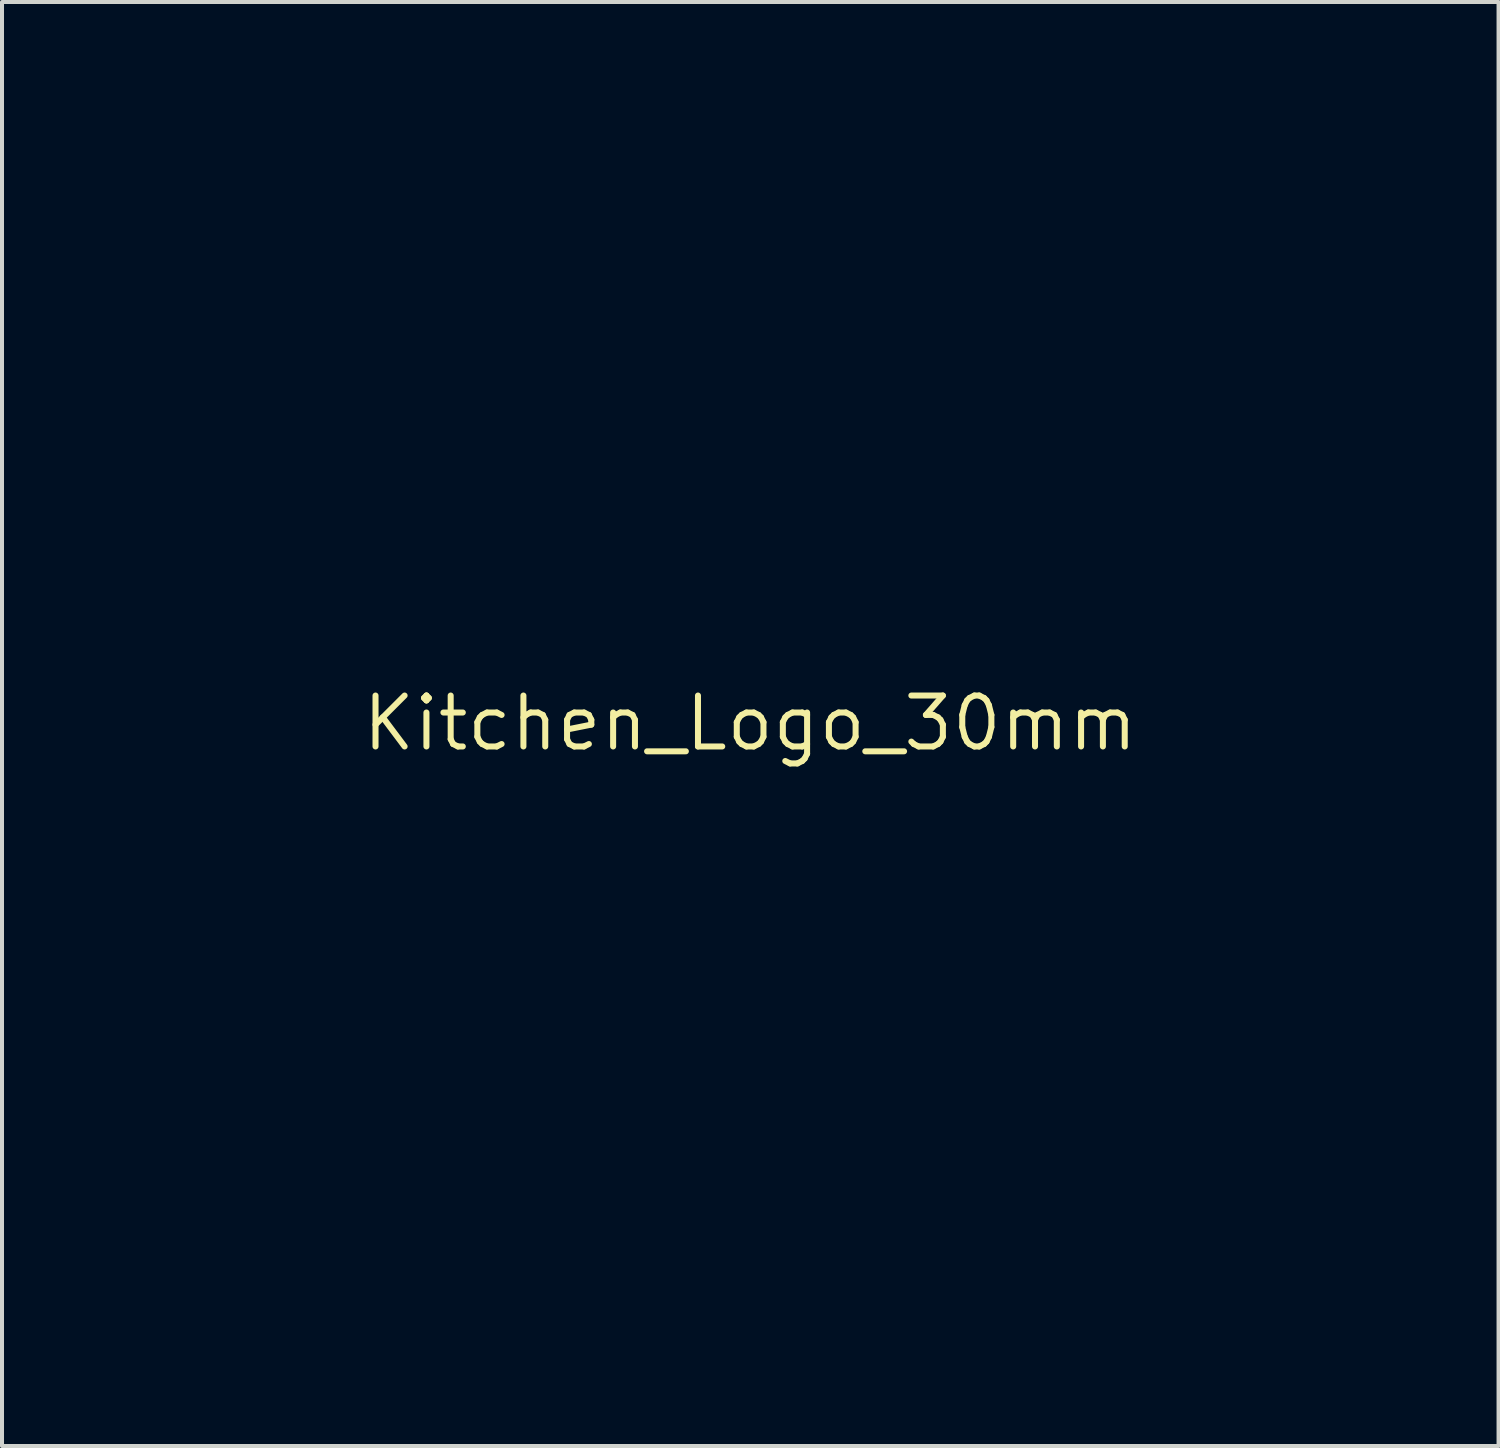
<source format=kicad_pcb>
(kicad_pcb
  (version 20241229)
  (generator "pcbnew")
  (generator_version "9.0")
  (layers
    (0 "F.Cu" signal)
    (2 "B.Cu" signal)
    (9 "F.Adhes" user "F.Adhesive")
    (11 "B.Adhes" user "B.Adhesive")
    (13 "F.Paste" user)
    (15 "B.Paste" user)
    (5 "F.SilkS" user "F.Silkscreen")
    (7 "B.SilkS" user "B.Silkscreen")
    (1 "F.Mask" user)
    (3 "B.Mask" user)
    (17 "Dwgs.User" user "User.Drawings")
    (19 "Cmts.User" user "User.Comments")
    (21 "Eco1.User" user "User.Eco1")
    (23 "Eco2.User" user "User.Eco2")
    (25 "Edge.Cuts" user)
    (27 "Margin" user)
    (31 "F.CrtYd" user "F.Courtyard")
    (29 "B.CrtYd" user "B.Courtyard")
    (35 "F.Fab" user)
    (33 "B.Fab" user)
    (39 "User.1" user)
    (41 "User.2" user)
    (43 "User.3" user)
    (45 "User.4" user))
  (footprint "Kitchen_Logo_30mm"
    (layer "F.Cu")
    (at 15.66 14.989)
    (property "Reference" "Kitchen_Logo_30mm" (at 0 0 0) (layer "F.SilkS") (effects (font (size 1.27 1.27) (thickness 0.15))))
    (attr through_hole)
    (fp_poly (pts (xy -2.972 11.991) (xy -2.985 12.213) (xy -3.228 12.226) (xy -3.471 12.239) (xy -3.471 11.769) (xy -2.959 11.769) (xy -2.972 11.991)) (stroke (width 0.01) (type solid)) (fill yes) (layer "B.Mask"))
    (fp_poly (pts (xy 12.649 11.991) (xy 12.636 12.213) (xy 12.393 12.226) (xy 12.15 12.239) (xy 12.15 11.769) (xy 12.662 11.769) (xy 12.649 11.991)) (stroke (width 0.01) (type solid)) (fill yes) (layer "B.Mask"))
    (fp_poly (pts (xy -1.228 10.476) (xy -1.051 10.526) (xy -0.926 10.622) (xy -0.869 10.709) (xy -0.809 10.897) (xy -0.824 11.074) (xy -0.906 11.224) (xy -1.039 11.322) (xy -1.227 11.375) (xy -1.444 11.38) (xy -1.648 11.338) (xy -1.683 11.325) (xy -1.792 11.251) (xy -1.82 11.177) (xy -1.793 11.09) (xy -1.713 11.067) (xy -1.588 11.109) (xy -1.585 11.111) (xy -1.426 11.165) (xy -1.276 11.167) (xy -1.149 11.127) (xy -1.062 11.051) (xy -1.029 10.947) (xy -1.059 10.837) (xy -1.141 10.749) (xy -1.258 10.701) (xy -1.383 10.693) (xy -1.489 10.727) (xy -1.547 10.802) (xy -1.603 10.867) (xy -1.665 10.872) (xy -1.723 10.851) (xy -1.75 10.795) (xy -1.757 10.68) (xy -1.757 10.669) (xy -1.757 10.48) (xy -1.469 10.468) (xy -1.228 10.476)) (stroke (width 0.01) (type solid)) (fill yes) (layer "B.Mask"))
    (fp_poly (pts (xy 4.561 10.478) (xy 4.747 10.53) (xy 4.874 10.631) (xy 4.937 10.737) (xy 4.981 10.934) (xy 4.948 11.116) (xy 4.845 11.263) (xy 4.723 11.331) (xy 4.551 11.372) (xy 4.363 11.383) (xy 4.189 11.36) (xy 4.096 11.323) (xy 4.014 11.249) (xy 3.98 11.163) (xy 4.001 11.09) (xy 4.035 11.067) (xy 4.109 11.071) (xy 4.21 11.108) (xy 4.215 11.111) (xy 4.344 11.164) (xy 4.461 11.169) (xy 4.608 11.13) (xy 4.702 11.083) (xy 4.738 11.011) (xy 4.741 10.944) (xy 4.716 10.807) (xy 4.634 10.73) (xy 4.551 10.71) (xy 4.385 10.705) (xy 4.286 10.735) (xy 4.246 10.795) (xy 4.189 10.866) (xy 4.12 10.88) (xy 4.058 10.873) (xy 4.03 10.838) (xy 4.026 10.752) (xy 4.03 10.68) (xy 4.043 10.48) (xy 4.31 10.469) (xy 4.561 10.478)) (stroke (width 0.01) (type solid)) (fill yes) (layer "B.Mask"))
    (fp_poly (pts (xy -2.773 12.502) (xy -2.657 12.529) (xy -2.588 12.577) (xy -2.555 12.645) (xy -2.546 12.765) (xy -2.595 12.843) (xy -2.712 12.888) (xy -2.851 12.903) (xy -3.09 12.916) (xy -3.09 13.843) (xy -2.781 13.843) (xy -2.587 13.851) (xy -2.462 13.878) (xy -2.395 13.93) (xy -2.371 14.015) (xy -2.371 14.04) (xy -2.38 14.114) (xy -2.414 14.17) (xy -2.483 14.211) (xy -2.597 14.238) (xy -2.765 14.255) (xy -2.997 14.264) (xy -3.304 14.266) (xy -3.323 14.266) (xy -3.609 14.265) (xy -3.822 14.261) (xy -3.974 14.252) (xy -4.079 14.239) (xy -4.147 14.219) (xy -4.182 14.2) (xy -4.256 14.107) (xy -4.272 13.992) (xy -4.225 13.894) (xy -4.154 13.866) (xy -4.019 13.848) (xy -3.866 13.843) (xy -3.558 13.843) (xy -3.546 13.176) (xy -3.535 12.509) (xy -3.196 12.497) (xy -2.949 12.492) (xy -2.773 12.502)) (stroke (width 0.01) (type solid)) (fill yes) (layer "B.Mask"))
    (fp_poly (pts (xy 12.747 12.493) (xy 12.91 12.511) (xy 13.012 12.547) (xy 13.065 12.604) (xy 13.081 12.686) (xy 13.081 12.693) (xy 13.062 12.807) (xy 12.997 12.875) (xy 12.871 12.907) (xy 12.755 12.912) (xy 12.531 12.912) (xy 12.531 13.843) (xy 12.824 13.843) (xy 13.018 13.847) (xy 13.143 13.862) (xy 13.213 13.895) (xy 13.244 13.955) (xy 13.25 14.039) (xy 13.244 14.112) (xy 13.218 14.168) (xy 13.162 14.208) (xy 13.067 14.236) (xy 12.923 14.253) (xy 12.718 14.262) (xy 12.445 14.266) (xy 12.274 14.266) (xy 12.001 14.266) (xy 11.8 14.263) (xy 11.658 14.257) (xy 11.562 14.246) (xy 11.499 14.229) (xy 11.456 14.205) (xy 11.43 14.182) (xy 11.359 14.09) (xy 11.355 14.003) (xy 11.389 13.925) (xy 11.423 13.883) (xy 11.481 13.858) (xy 11.584 13.846) (xy 11.75 13.843) (xy 11.77 13.843) (xy 12.107 13.843) (xy 12.107 12.488) (xy 12.512 12.488) (xy 12.747 12.493)) (stroke (width 0.01) (type solid)) (fill yes) (layer "B.Mask"))
    (fp_poly (pts (xy 2.306 10.478) (xy 2.468 10.535) (xy 2.56 10.637) (xy 2.582 10.751) (xy 2.566 10.852) (xy 2.509 10.922) (xy 2.394 10.972) (xy 2.243 11.007) (xy 2.087 11.04) (xy 2.007 11.069) (xy 1.993 11.1) (xy 2.033 11.135) (xy 2.168 11.173) (xy 2.315 11.134) (xy 2.387 11.087) (xy 2.501 11.024) (xy 2.58 11.038) (xy 2.62 11.126) (xy 2.625 11.19) (xy 2.619 11.278) (xy 2.589 11.324) (xy 2.51 11.348) (xy 2.428 11.361) (xy 2.177 11.383) (xy 1.996 11.371) (xy 1.947 11.358) (xy 1.821 11.278) (xy 1.749 11.167) (xy 1.739 11.046) (xy 1.793 10.937) (xy 1.84 10.898) (xy 1.952 10.847) (xy 2.092 10.81) (xy 2.116 10.807) (xy 2.255 10.777) (xy 2.313 10.743) (xy 2.292 10.715) (xy 2.194 10.704) (xy 2.095 10.709) (xy 1.991 10.745) (xy 1.946 10.776) (xy 1.867 10.812) (xy 1.809 10.775) (xy 1.784 10.677) (xy 1.785 10.624) (xy 1.799 10.482) (xy 2.077 10.468) (xy 2.306 10.478)) (stroke (width 0.01) (type solid)) (fill yes) (layer "B.Mask"))
    (fp_poly (pts (xy -5.325 10.47) (xy -5.164 10.523) (xy -5.03 10.63) (xy -4.967 10.729) (xy -4.918 10.914) (xy -4.944 11.083) (xy -5.036 11.225) (xy -5.186 11.328) (xy -5.384 11.38) (xy -5.478 11.384) (xy -5.631 11.374) (xy -5.768 11.351) (xy -5.813 11.338) (xy -5.899 11.28) (xy -5.927 11.207) (xy -5.898 11.146) (xy -5.815 11.121) (xy -5.8 11.122) (xy -5.559 11.14) (xy -5.392 11.142) (xy -5.288 11.126) (xy -5.243 11.102) (xy -5.233 11.076) (xy -5.272 11.06) (xy -5.373 11.052) (xy -5.547 11.049) (xy -5.558 11.049) (xy -5.927 11.049) (xy -5.927 10.91) (xy -5.902 10.794) (xy -5.668 10.794) (xy -5.612 10.82) (xy -5.488 10.835) (xy -5.41 10.837) (xy -5.269 10.835) (xy -5.199 10.825) (xy -5.187 10.804) (xy -5.209 10.777) (xy -5.337 10.711) (xy -5.51 10.713) (xy -5.556 10.724) (xy -5.652 10.76) (xy -5.668 10.794) (xy -5.902 10.794) (xy -5.891 10.739) (xy -5.796 10.606) (xy -5.658 10.515) (xy -5.495 10.468) (xy -5.325 10.47)) (stroke (width 0.01) (type solid)) (fill yes) (layer "B.Mask"))
    (fp_poly (pts (xy -13.723 10.478) (xy -13.641 10.522) (xy -13.573 10.556) (xy -13.547 10.543) (xy -13.508 10.517) (xy -13.408 10.501) (xy -13.335 10.499) (xy -13.208 10.503) (xy -13.145 10.521) (xy -13.125 10.563) (xy -13.123 10.587) (xy -13.16 10.672) (xy -13.208 10.698) (xy -13.261 10.727) (xy -13.286 10.793) (xy -13.293 10.919) (xy -13.293 10.924) (xy -13.288 11.049) (xy -13.266 11.112) (xy -13.218 11.138) (xy -13.197 11.141) (xy -13.112 11.19) (xy -13.089 11.25) (xy -13.086 11.294) (xy -13.103 11.322) (xy -13.156 11.337) (xy -13.259 11.344) (xy -13.428 11.345) (xy -13.482 11.345) (xy -13.681 11.342) (xy -13.81 11.332) (xy -13.883 11.313) (xy -13.912 11.284) (xy -13.916 11.198) (xy -13.847 11.149) (xy -13.714 11.134) (xy -13.606 11.129) (xy -13.559 11.1) (xy -13.547 11.027) (xy -13.547 10.99) (xy -13.582 10.85) (xy -13.679 10.757) (xy -13.824 10.722) (xy -13.911 10.73) (xy -14.032 10.729) (xy -14.091 10.683) (xy -14.08 10.607) (xy -14.015 10.534) (xy -13.871 10.464) (xy -13.723 10.478)) (stroke (width 0.01) (type solid)) (fill yes) (layer "B.Mask"))
    (fp_poly (pts (xy -12.489 10.503) (xy -12.426 10.521) (xy -12.405 10.563) (xy -12.404 10.587) (xy -12.44 10.672) (xy -12.488 10.698) (xy -12.544 10.731) (xy -12.569 10.805) (xy -12.573 10.899) (xy -12.564 11.02) (xy -12.529 11.088) (xy -12.465 11.127) (xy -12.376 11.165) (xy -12.326 11.167) (xy -12.279 11.13) (xy -12.259 11.109) (xy -12.216 11.028) (xy -12.195 10.883) (xy -12.192 10.771) (xy -12.192 10.499) (xy -12.025 10.499) (xy -11.913 10.508) (xy -11.842 10.53) (xy -11.835 10.537) (xy -11.827 10.612) (xy -11.867 10.684) (xy -11.921 10.71) (xy -11.958 10.736) (xy -11.976 10.822) (xy -11.98 10.945) (xy -11.988 11.097) (xy -12.017 11.197) (xy -12.078 11.277) (xy -12.084 11.284) (xy -12.133 11.329) (xy -12.181 11.359) (xy -12.246 11.374) (xy -12.345 11.377) (xy -12.496 11.37) (xy -12.686 11.357) (xy -12.838 11.331) (xy -12.922 11.286) (xy -12.93 11.224) (xy -12.888 11.174) (xy -12.852 11.108) (xy -12.832 10.979) (xy -12.827 10.811) (xy -12.827 10.499) (xy -12.615 10.499) (xy -12.489 10.503)) (stroke (width 0.01) (type solid)) (fill yes) (layer "B.Mask"))
    (fp_poly (pts (xy -2.263 10.492) (xy -2.097 10.584) (xy -2.074 10.605) (xy -1.963 10.754) (xy -1.93 10.923) (xy -1.955 11.078) (xy -2.037 11.225) (xy -2.183 11.327) (xy -2.384 11.379) (xy -2.632 11.38) (xy -2.78 11.358) (xy -2.891 11.313) (xy -2.944 11.243) (xy -2.928 11.167) (xy -2.915 11.152) (xy -2.861 11.116) (xy -2.784 11.111) (xy -2.655 11.134) (xy -2.643 11.137) (xy -2.491 11.162) (xy -2.378 11.153) (xy -2.307 11.128) (xy -2.253 11.101) (xy -2.241 11.083) (xy -2.283 11.07) (xy -2.389 11.06) (xy -2.561 11.05) (xy -2.763 11.034) (xy -2.89 11.008) (xy -2.952 10.962) (xy -2.958 10.889) (xy -2.93 10.81) (xy -2.689 10.81) (xy -2.665 10.828) (xy -2.581 10.836) (xy -2.464 10.837) (xy -2.328 10.831) (xy -2.233 10.815) (xy -2.201 10.796) (xy -2.238 10.756) (xy -2.328 10.722) (xy -2.439 10.703) (xy -2.519 10.705) (xy -2.622 10.745) (xy -2.665 10.777) (xy -2.689 10.81) (xy -2.93 10.81) (xy -2.919 10.779) (xy -2.899 10.736) (xy -2.787 10.59) (xy -2.63 10.499) (xy -2.447 10.465) (xy -2.263 10.492)) (stroke (width 0.01) (type solid)) (fill yes) (layer "B.Mask"))
    (fp_poly (pts (xy -9.973 10.477) (xy -9.799 10.533) (xy -9.693 10.632) (xy -9.668 10.694) (xy -9.675 10.815) (xy -9.762 10.912) (xy -9.929 10.983) (xy -10.03 11.006) (xy -10.184 11.039) (xy -10.266 11.066) (xy -10.288 11.095) (xy -10.27 11.122) (xy -10.193 11.151) (xy -10.074 11.154) (xy -9.951 11.134) (xy -9.86 11.095) (xy -9.844 11.08) (xy -9.765 11.017) (xy -9.689 11.023) (xy -9.633 11.084) (xy -9.616 11.186) (xy -9.629 11.255) (xy -9.689 11.317) (xy -9.808 11.36) (xy -9.963 11.383) (xy -10.13 11.383) (xy -10.284 11.359) (xy -10.379 11.323) (xy -10.493 11.224) (xy -10.534 11.104) (xy -10.504 10.984) (xy -10.404 10.883) (xy -10.348 10.855) (xy -10.223 10.814) (xy -10.114 10.794) (xy -10.108 10.794) (xy -10.006 10.779) (xy -9.955 10.758) (xy -9.926 10.723) (xy -9.96 10.704) (xy -10.035 10.7) (xy -10.131 10.712) (xy -10.228 10.74) (xy -10.263 10.757) (xy -10.362 10.803) (xy -10.42 10.805) (xy -10.456 10.775) (xy -10.488 10.691) (xy -10.491 10.596) (xy -10.479 10.531) (xy -10.447 10.495) (xy -10.376 10.476) (xy -10.244 10.467) (xy -10.212 10.466) (xy -9.973 10.477)) (stroke (width 0.01) (type solid)) (fill yes) (layer "B.Mask"))
    (fp_poly (pts (xy -10.827 10.126) (xy -10.703 10.146) (xy -10.643 10.187) (xy -10.633 10.216) (xy -10.654 10.289) (xy -10.707 10.316) (xy -10.748 10.334) (xy -10.774 10.371) (xy -10.788 10.444) (xy -10.794 10.571) (xy -10.795 10.732) (xy -10.794 10.917) (xy -10.787 11.034) (xy -10.771 11.1) (xy -10.743 11.133) (xy -10.707 11.147) (xy -10.638 11.195) (xy -10.633 11.247) (xy -10.663 11.297) (xy -10.74 11.324) (xy -10.859 11.336) (xy -11.027 11.348) (xy -11.193 11.362) (xy -11.239 11.367) (xy -11.372 11.37) (xy -11.483 11.353) (xy -11.498 11.348) (xy -11.634 11.249) (xy -11.73 11.098) (xy -11.769 10.925) (xy -11.769 10.92) (xy -11.764 10.9) (xy -11.543 10.9) (xy -11.537 11.003) (xy -11.47 11.094) (xy -11.42 11.124) (xy -11.325 11.164) (xy -11.255 11.166) (xy -11.161 11.129) (xy -11.158 11.127) (xy -11.051 11.042) (xy -11.012 10.932) (xy -11.041 10.82) (xy -11.138 10.729) (xy -11.174 10.711) (xy -11.304 10.69) (xy -11.417 10.725) (xy -11.5 10.801) (xy -11.543 10.9) (xy -11.764 10.9) (xy -11.731 10.743) (xy -11.629 10.599) (xy -11.482 10.501) (xy -11.308 10.46) (xy -11.126 10.489) (xy -11.126 10.489) (xy -11.007 10.534) (xy -11.007 10.113) (xy -10.827 10.126)) (stroke (width 0.01) (type solid)) (fill yes) (layer "B.Mask"))
    (fp_poly (pts (xy -7.601 10.477) (xy -7.493 10.52) (xy -7.339 10.64) (xy -7.253 10.797) (xy -7.239 10.97) (xy -7.3 11.144) (xy -7.36 11.226) (xy -7.437 11.302) (xy -7.514 11.345) (xy -7.621 11.365) (xy -7.752 11.374) (xy -7.915 11.373) (xy -8.06 11.359) (xy -8.139 11.341) (xy -8.222 11.281) (xy -8.257 11.201) (xy -8.235 11.129) (xy -8.217 11.115) (xy -8.158 11.11) (xy -8.045 11.122) (xy -7.948 11.139) (xy -7.8 11.163) (xy -7.698 11.159) (xy -7.608 11.126) (xy -7.594 11.119) (xy -7.541 11.088) (xy -7.528 11.068) (xy -7.565 11.057) (xy -7.663 11.053) (xy -7.834 11.051) (xy -7.863 11.051) (xy -8.047 11.049) (xy -8.162 11.043) (xy -8.224 11.029) (xy -8.25 11.001) (xy -8.255 10.957) (xy -8.255 10.946) (xy -8.227 10.805) (xy -7.98 10.805) (xy -7.97 10.826) (xy -7.905 10.835) (xy -7.77 10.837) (xy -7.747 10.837) (xy -7.602 10.836) (xy -7.529 10.828) (xy -7.512 10.808) (xy -7.539 10.773) (xy -7.545 10.767) (xy -7.638 10.716) (xy -7.747 10.696) (xy -7.864 10.718) (xy -7.949 10.767) (xy -7.98 10.805) (xy -8.227 10.805) (xy -8.218 10.759) (xy -8.117 10.609) (xy -7.97 10.506) (xy -7.793 10.459) (xy -7.601 10.477)) (stroke (width 0.01) (type solid)) (fill yes) (layer "B.Mask"))
    (fp_poly (pts (xy 5.81 10.474) (xy 5.976 10.516) (xy 6.061 10.575) (xy 6.066 10.653) (xy 6.066 10.653) (xy 6.02 10.695) (xy 5.914 10.71) (xy 5.847 10.708) (xy 5.672 10.703) (xy 5.567 10.708) (xy 5.515 10.726) (xy 5.503 10.754) (xy 5.539 10.785) (xy 5.599 10.79) (xy 5.792 10.788) (xy 5.934 10.827) (xy 6.053 10.915) (xy 6.057 10.919) (xy 6.152 11.036) (xy 6.172 11.136) (xy 6.119 11.238) (xy 6.077 11.284) (xy 6.031 11.327) (xy 5.984 11.356) (xy 5.921 11.373) (xy 5.826 11.378) (xy 5.685 11.375) (xy 5.481 11.364) (xy 5.366 11.356) (xy 5.227 11.344) (xy 5.153 11.323) (xy 5.125 11.286) (xy 5.122 11.255) (xy 5.159 11.172) (xy 5.207 11.146) (xy 5.256 11.121) (xy 5.281 11.065) (xy 5.283 11.04) (xy 5.511 11.04) (xy 5.525 11.079) (xy 5.619 11.127) (xy 5.62 11.128) (xy 5.756 11.161) (xy 5.857 11.152) (xy 5.904 11.105) (xy 5.905 11.091) (xy 5.877 11.048) (xy 5.783 11.022) (xy 5.704 11.015) (xy 5.572 11.017) (xy 5.511 11.04) (xy 5.283 11.04) (xy 5.291 10.957) (xy 5.292 10.878) (xy 5.313 10.679) (xy 5.382 10.546) (xy 5.505 10.475) (xy 5.686 10.46) (xy 5.81 10.474)) (stroke (width 0.01) (type solid)) (fill yes) (layer "B.Mask"))
    (fp_poly (pts (xy -8.901 10.474) (xy -8.781 10.492) (xy -8.634 10.499) (xy -8.604 10.499) (xy -8.472 10.514) (xy -8.395 10.56) (xy -8.384 10.625) (xy -8.439 10.689) (xy -8.485 10.763) (xy -8.509 10.877) (xy -8.509 11.001) (xy -8.486 11.103) (xy -8.445 11.149) (xy -8.393 11.206) (xy -8.382 11.259) (xy -8.392 11.309) (xy -8.435 11.335) (xy -8.531 11.344) (xy -8.612 11.345) (xy -8.744 11.339) (xy -8.838 11.322) (xy -8.866 11.307) (xy -8.874 11.231) (xy -8.833 11.159) (xy -8.777 11.134) (xy -8.738 11.11) (xy -8.726 11.03) (xy -8.729 10.955) (xy -8.751 10.825) (xy -8.802 10.751) (xy -8.841 10.727) (xy -8.968 10.687) (xy -9.052 10.717) (xy -9.094 10.82) (xy -9.102 10.924) (xy -9.094 11.049) (xy -9.073 11.135) (xy -9.059 11.155) (xy -9.024 11.215) (xy -9.017 11.263) (xy -9.029 11.313) (xy -9.078 11.337) (xy -9.186 11.345) (xy -9.229 11.345) (xy -9.356 11.341) (xy -9.419 11.321) (xy -9.44 11.28) (xy -9.44 11.263) (xy -9.421 11.182) (xy -9.398 11.155) (xy -9.372 11.1) (xy -9.357 10.993) (xy -9.356 10.943) (xy -9.345 10.8) (xy -9.317 10.676) (xy -9.308 10.652) (xy -9.217 10.544) (xy -9.079 10.479) (xy -8.925 10.47) (xy -8.901 10.474)) (stroke (width 0.01) (type solid)) (fill yes) (layer "B.Mask"))
    (fp_poly (pts (xy 0.015 10.467) (xy 0.148 10.499) (xy 0.242 10.555) (xy 0.275 10.627) (xy 0.249 10.667) (xy 0.162 10.689) (xy 0.064 10.695) (xy -0.111 10.701) (xy -0.218 10.708) (xy -0.273 10.719) (xy -0.294 10.737) (xy -0.296 10.757) (xy -0.262 10.786) (xy -0.199 10.78) (xy -0.054 10.776) (xy 0.11 10.819) (xy 0.252 10.893) (xy 0.297 10.932) (xy 0.371 11.059) (xy 0.361 11.185) (xy 0.27 11.3) (xy 0.269 11.3) (xy 0.208 11.342) (xy 0.138 11.367) (xy 0.043 11.378) (xy -0.094 11.375) (xy -0.291 11.359) (xy -0.402 11.349) (xy -0.551 11.329) (xy -0.633 11.301) (xy -0.667 11.258) (xy -0.67 11.247) (xy -0.649 11.174) (xy -0.596 11.147) (xy -0.546 11.123) (xy -0.519 11.07) (xy -0.516 11.04) (xy -0.289 11.04) (xy -0.275 11.079) (xy -0.181 11.127) (xy -0.18 11.128) (xy -0.044 11.161) (xy 0.057 11.152) (xy 0.104 11.105) (xy 0.106 11.091) (xy 0.077 11.048) (xy -0.017 11.022) (xy -0.095 11.015) (xy -0.227 11.017) (xy -0.289 11.04) (xy -0.516 11.04) (xy -0.509 10.966) (xy -0.508 10.878) (xy -0.503 10.731) (xy -0.482 10.64) (xy -0.434 10.576) (xy -0.396 10.544) (xy -0.28 10.487) (xy -0.136 10.462) (xy 0.015 10.467)) (stroke (width 0.01) (type solid)) (fill yes) (layer "B.Mask"))
    (fp_poly (pts (xy -6.395 10.487) (xy -6.24 10.566) (xy -6.13 10.696) (xy -6.076 10.861) (xy -6.091 11.045) (xy -6.113 11.108) (xy -6.213 11.251) (xy -6.36 11.347) (xy -6.53 11.387) (xy -6.697 11.361) (xy -6.734 11.344) (xy -6.798 11.322) (xy -6.816 11.357) (xy -6.778 11.448) (xy -6.669 11.502) (xy -6.537 11.515) (xy -6.396 11.532) (xy -6.305 11.575) (xy -6.276 11.636) (xy -6.32 11.703) (xy -6.328 11.71) (xy -6.46 11.759) (xy -6.63 11.757) (xy -6.802 11.707) (xy -6.9 11.652) (xy -6.966 11.577) (xy -7.005 11.465) (xy -7.023 11.301) (xy -7.027 11.099) (xy -7.029 10.922) (xy -6.816 10.922) (xy -6.788 10.981) (xy -6.72 11.063) (xy -6.709 11.075) (xy -6.589 11.15) (xy -6.463 11.142) (xy -6.361 11.081) (xy -6.321 11.01) (xy -6.308 10.922) (xy -6.341 10.793) (xy -6.427 10.712) (xy -6.542 10.689) (xy -6.663 10.731) (xy -6.709 10.769) (xy -6.78 10.853) (xy -6.815 10.916) (xy -6.816 10.922) (xy -7.029 10.922) (xy -7.029 10.918) (xy -7.036 10.804) (xy -7.053 10.74) (xy -7.083 10.709) (xy -7.116 10.697) (xy -7.184 10.649) (xy -7.189 10.597) (xy -7.16 10.547) (xy -7.083 10.52) (xy -6.963 10.508) (xy -6.796 10.496) (xy -6.629 10.48) (xy -6.583 10.474) (xy -6.395 10.487)) (stroke (width 0.01) (type solid)) (fill yes) (layer "B.Mask"))
    (fp_poly (pts (xy -11.92 12.486) (xy -11.675 12.581) (xy -11.466 12.73) (xy -11.306 12.923) (xy -11.205 13.154) (xy -11.176 13.377) (xy -11.212 13.659) (xy -11.319 13.896) (xy -11.498 14.088) (xy -11.663 14.194) (xy -11.806 14.242) (xy -12.006 14.277) (xy -12.238 14.296) (xy -12.475 14.298) (xy -12.691 14.281) (xy -12.771 14.267) (xy -12.963 14.211) (xy -13.116 14.138) (xy -13.21 14.056) (xy -13.225 14.029) (xy -13.223 13.938) (xy -13.172 13.841) (xy -13.096 13.773) (xy -13.048 13.76) (xy -12.969 13.77) (xy -12.84 13.796) (xy -12.721 13.823) (xy -12.394 13.877) (xy -12.114 13.872) (xy -11.887 13.809) (xy -11.717 13.688) (xy -11.709 13.68) (xy -11.629 13.589) (xy -13.262 13.589) (xy -13.234 13.347) (xy -13.19 13.169) (xy -12.742 13.169) (xy -12.703 13.184) (xy -12.594 13.196) (xy -12.432 13.204) (xy -12.232 13.208) (xy -12.19 13.208) (xy -11.957 13.206) (xy -11.799 13.2) (xy -11.705 13.189) (xy -11.666 13.172) (xy -11.667 13.155) (xy -11.799 13.004) (xy -11.983 12.91) (xy -12.204 12.88) (xy -12.325 12.892) (xy -12.445 12.93) (xy -12.57 12.996) (xy -12.676 13.073) (xy -12.736 13.146) (xy -12.742 13.169) (xy -13.19 13.169) (xy -13.162 13.057) (xy -13.024 12.818) (xy -12.823 12.634) (xy -12.561 12.51) (xy -12.475 12.485) (xy -12.191 12.451) (xy -11.92 12.486)) (stroke (width 0.01) (type solid)) (fill yes) (layer "B.Mask"))
    (fp_poly (pts (xy 0.995 10.475) (xy 1.147 10.489) (xy 1.32 10.495) (xy 1.372 10.496) (xy 1.533 10.51) (xy 1.618 10.559) (xy 1.626 10.64) (xy 1.621 10.654) (xy 1.566 10.705) (xy 1.541 10.71) (xy 1.512 10.729) (xy 1.493 10.794) (xy 1.484 10.917) (xy 1.482 11.095) (xy 1.484 11.282) (xy 1.493 11.404) (xy 1.512 11.48) (xy 1.546 11.53) (xy 1.571 11.553) (xy 1.632 11.61) (xy 1.628 11.655) (xy 1.59 11.697) (xy 1.497 11.743) (xy 1.352 11.764) (xy 1.187 11.758) (xy 1.088 11.739) (xy 1.029 11.692) (xy 1.024 11.619) (xy 1.068 11.551) (xy 1.132 11.522) (xy 1.203 11.492) (xy 1.227 11.412) (xy 1.228 11.383) (xy 1.221 11.299) (xy 1.19 11.282) (xy 1.146 11.302) (xy 0.985 11.343) (xy 0.803 11.317) (xy 0.718 11.281) (xy 0.577 11.17) (xy 0.502 11.03) (xy 0.487 10.888) (xy 0.72 10.888) (xy 0.738 10.992) (xy 0.762 11.028) (xy 0.863 11.091) (xy 0.996 11.107) (xy 1.123 11.075) (xy 1.187 11.026) (xy 1.224 10.923) (xy 1.194 10.814) (xy 1.107 10.728) (xy 1.09 10.719) (xy 0.965 10.693) (xy 0.851 10.723) (xy 0.763 10.793) (xy 0.72 10.888) (xy 0.487 10.888) (xy 0.486 10.877) (xy 0.525 10.729) (xy 0.613 10.6) (xy 0.743 10.509) (xy 0.911 10.471) (xy 0.995 10.475)) (stroke (width 0.01) (type solid)) (fill yes) (layer "B.Mask"))
    (fp_poly (pts (xy 3.651 10.126) (xy 3.769 10.142) (xy 3.826 10.177) (xy 3.845 10.234) (xy 3.834 10.313) (xy 3.792 10.329) (xy 3.758 10.368) (xy 3.735 10.468) (xy 3.721 10.609) (xy 3.718 10.768) (xy 3.726 10.923) (xy 3.744 11.052) (xy 3.772 11.133) (xy 3.789 11.149) (xy 3.841 11.206) (xy 3.852 11.259) (xy 3.84 11.313) (xy 3.79 11.338) (xy 3.679 11.345) (xy 3.662 11.345) (xy 3.545 11.342) (xy 3.489 11.321) (xy 3.473 11.263) (xy 3.471 11.197) (xy 3.467 11.101) (xy 3.445 11.073) (xy 3.39 11.099) (xy 3.387 11.101) (xy 3.319 11.181) (xy 3.302 11.25) (xy 3.294 11.304) (xy 3.258 11.333) (xy 3.172 11.344) (xy 3.068 11.345) (xy 2.913 11.337) (xy 2.83 11.309) (xy 2.81 11.284) (xy 2.809 11.192) (xy 2.875 11.14) (xy 2.923 11.134) (xy 3.003 11.106) (xy 3.106 11.038) (xy 3.143 11.006) (xy 3.281 10.879) (xy 3.181 10.795) (xy 3.085 10.734) (xy 3.006 10.71) (xy 2.931 10.677) (xy 2.891 10.602) (xy 2.902 10.537) (xy 2.955 10.516) (xy 3.064 10.502) (xy 3.156 10.499) (xy 3.289 10.501) (xy 3.357 10.516) (xy 3.383 10.553) (xy 3.387 10.604) (xy 3.401 10.684) (xy 3.429 10.71) (xy 3.451 10.671) (xy 3.466 10.566) (xy 3.471 10.413) (xy 3.471 10.412) (xy 3.471 10.113) (xy 3.651 10.126)) (stroke (width 0.01) (type solid)) (fill yes) (layer "B.Mask"))
    (fp_poly (pts (xy -14.593 10.477) (xy -14.487 10.489) (xy -14.47 10.494) (xy -14.317 10.59) (xy -14.229 10.74) (xy -14.203 10.925) (xy -14.213 11.07) (xy -14.254 11.171) (xy -14.32 11.249) (xy -14.405 11.32) (xy -14.497 11.355) (xy -14.631 11.366) (xy -14.671 11.367) (xy -14.807 11.371) (xy -14.876 11.389) (xy -14.892 11.424) (xy -14.891 11.43) (xy -14.848 11.475) (xy -14.731 11.505) (xy -14.647 11.515) (xy -14.51 11.532) (xy -14.437 11.559) (xy -14.406 11.604) (xy -14.402 11.626) (xy -14.425 11.706) (xy -14.515 11.752) (xy -14.657 11.763) (xy -14.84 11.735) (xy -14.894 11.721) (xy -15.008 11.66) (xy -15.088 11.548) (xy -15.135 11.376) (xy -15.154 11.134) (xy -15.155 11.055) (xy -15.157 10.977) (xy -14.89 10.977) (xy -14.834 11.079) (xy -14.774 11.121) (xy -14.674 11.165) (xy -14.605 11.162) (xy -14.53 11.104) (xy -14.497 11.072) (xy -14.416 10.975) (xy -14.403 10.898) (xy -14.46 10.811) (xy -14.5 10.769) (xy -14.6 10.695) (xy -14.693 10.689) (xy -14.701 10.691) (xy -14.819 10.759) (xy -14.884 10.862) (xy -14.89 10.977) (xy -15.157 10.977) (xy -15.159 10.876) (xy -15.173 10.765) (xy -15.198 10.709) (xy -15.219 10.695) (xy -15.272 10.637) (xy -15.282 10.591) (xy -15.272 10.551) (xy -15.232 10.524) (xy -15.145 10.505) (xy -14.995 10.489) (xy -14.925 10.484) (xy -14.748 10.475) (xy -14.593 10.477)) (stroke (width 0.01) (type solid)) (fill yes) (layer "B.Mask"))
    (fp_poly (pts (xy -7.279 12.477) (xy -7.017 12.582) (xy -6.813 12.739) (xy -6.645 12.952) (xy -6.547 13.187) (xy -6.517 13.43) (xy -6.55 13.667) (xy -6.646 13.885) (xy -6.801 14.07) (xy -7.012 14.207) (xy -7.096 14.24) (xy -7.284 14.282) (xy -7.52 14.302) (xy -7.773 14.302) (xy -8.008 14.28) (xy -8.164 14.245) (xy -8.352 14.162) (xy -8.484 14.051) (xy -8.548 13.925) (xy -8.551 13.886) (xy -8.523 13.756) (xy -8.445 13.687) (xy -8.328 13.685) (xy -8.182 13.751) (xy -8.156 13.769) (xy -8.079 13.816) (xy -7.993 13.844) (xy -7.876 13.859) (xy -7.704 13.864) (xy -7.634 13.864) (xy -7.385 13.853) (xy -7.205 13.817) (xy -7.083 13.748) (xy -7.004 13.64) (xy -6.968 13.535) (xy -6.955 13.332) (xy -7.02 13.154) (xy -7.16 13.011) (xy -7.238 12.965) (xy -7.415 12.892) (xy -7.577 12.873) (xy -7.764 12.904) (xy -7.801 12.914) (xy -7.928 12.971) (xy -8.012 13.072) (xy -8.034 13.115) (xy -8.103 13.227) (xy -8.187 13.277) (xy -8.232 13.286) (xy -8.358 13.27) (xy -8.412 13.225) (xy -8.442 13.137) (xy -8.461 12.996) (xy -8.466 12.832) (xy -8.457 12.675) (xy -8.434 12.555) (xy -8.423 12.528) (xy -8.347 12.464) (xy -8.241 12.448) (xy -8.147 12.486) (xy -8.143 12.49) (xy -8.071 12.513) (xy -7.934 12.496) (xy -7.912 12.491) (xy -7.577 12.446) (xy -7.279 12.477)) (stroke (width 0.01) (type solid)) (fill yes) (layer "B.Mask"))
    (fp_poly (pts (xy -4.72 11.919) (xy -4.653 11.996) (xy -4.62 12.137) (xy -4.614 12.274) (xy -4.611 12.4) (xy -4.595 12.464) (xy -4.552 12.486) (xy -4.495 12.488) (xy -4.347 12.519) (xy -4.252 12.605) (xy -4.223 12.719) (xy -4.247 12.83) (xy -4.326 12.891) (xy -4.473 12.911) (xy -4.477 12.911) (xy -4.614 12.912) (xy -4.614 13.401) (xy -4.62 13.667) (xy -4.639 13.863) (xy -4.677 14.004) (xy -4.741 14.105) (xy -4.835 14.181) (xy -4.924 14.226) (xy -5.12 14.283) (xy -5.363 14.304) (xy -5.62 14.289) (xy -5.859 14.239) (xy -6.058 14.168) (xy -6.183 14.097) (xy -6.246 14.016) (xy -6.257 13.916) (xy -6.257 13.915) (xy -6.228 13.8) (xy -6.164 13.74) (xy -6.052 13.733) (xy -5.883 13.776) (xy -5.834 13.792) (xy -5.6 13.857) (xy -5.382 13.883) (xy -5.203 13.871) (xy -5.12 13.842) (xy -5.083 13.813) (xy -5.059 13.765) (xy -5.045 13.68) (xy -5.039 13.542) (xy -5.038 13.355) (xy -5.038 12.912) (xy -5.474 12.912) (xy -5.699 12.908) (xy -5.852 12.893) (xy -5.947 12.863) (xy -5.995 12.813) (xy -6.011 12.739) (xy -6.011 12.723) (xy -6.002 12.635) (xy -5.968 12.574) (xy -5.897 12.535) (xy -5.773 12.512) (xy -5.583 12.499) (xy -5.484 12.495) (xy -5.038 12.481) (xy -5.038 12.27) (xy -5.024 12.081) (xy -4.98 11.963) (xy -4.9 11.905) (xy -4.826 11.896) (xy -4.72 11.919)) (stroke (width 0.01) (type solid)) (fill yes) (layer "B.Mask"))
    (fp_poly (pts (xy -2.151 5.836) (xy -1.963 5.91) (xy -1.807 5.974) (xy -1.698 6.023) (xy -1.653 6.049) (xy -1.652 6.051) (xy -1.691 6.07) (xy -1.801 6.119) (xy -1.979 6.195) (xy -2.217 6.295) (xy -2.51 6.417) (xy -2.851 6.558) (xy -3.235 6.717) (xy -3.656 6.89) (xy -4.108 7.076) (xy -4.585 7.27) (xy -4.716 7.324) (xy -5.29 7.558) (xy -5.791 7.764) (xy -6.224 7.942) (xy -6.592 8.094) (xy -6.902 8.224) (xy -7.157 8.333) (xy -7.364 8.423) (xy -7.526 8.497) (xy -7.649 8.556) (xy -7.737 8.603) (xy -7.796 8.64) (xy -7.83 8.668) (xy -7.841 8.682) (xy -7.922 8.775) (xy -8.065 8.891) (xy -8.254 9.021) (xy -8.474 9.156) (xy -8.71 9.285) (xy -8.945 9.399) (xy -9.033 9.436) (xy -9.207 9.508) (xy -9.353 9.564) (xy -9.452 9.6) (xy -9.486 9.61) (xy -9.533 9.577) (xy -9.561 9.536) (xy -9.597 9.459) (xy -9.653 9.328) (xy -9.722 9.161) (xy -9.798 8.974) (xy -9.873 8.786) (xy -9.941 8.612) (xy -9.994 8.472) (xy -10.027 8.381) (xy -10.033 8.357) (xy -9.996 8.326) (xy -9.895 8.274) (xy -9.747 8.207) (xy -9.569 8.134) (xy -9.377 8.059) (xy -9.188 7.991) (xy -9.017 7.936) (xy -9.017 7.936) (xy -8.865 7.902) (xy -8.664 7.873) (xy -8.452 7.853) (xy -8.389 7.849) (xy -7.993 7.832) (xy -5.322 6.739) (xy -2.651 5.645) (xy -2.151 5.836)) (stroke (width 0.01) (type solid)) (fill yes) (layer "B.Mask"))
    (fp_poly (pts (xy 4.985 12.461) (xy 5.176 12.526) (xy 5.264 12.569) (xy 5.392 12.635) (xy 5.463 12.664) (xy 5.496 12.658) (xy 5.509 12.619) (xy 5.511 12.601) (xy 5.526 12.554) (xy 5.565 12.525) (xy 5.648 12.508) (xy 5.792 12.499) (xy 5.836 12.497) (xy 6.073 12.503) (xy 6.235 12.543) (xy 6.326 12.62) (xy 6.35 12.714) (xy 6.319 12.832) (xy 6.224 12.897) (xy 6.109 12.912) (xy 5.969 12.912) (xy 5.969 13.838) (xy 6.166 13.851) (xy 6.325 13.881) (xy 6.412 13.948) (xy 6.43 14.057) (xy 6.42 14.107) (xy 6.401 14.161) (xy 6.365 14.201) (xy 6.302 14.229) (xy 6.201 14.248) (xy 6.05 14.259) (xy 5.837 14.264) (xy 5.552 14.266) (xy 5.535 14.266) (xy 5.281 14.265) (xy 5.098 14.262) (xy 4.971 14.254) (xy 4.887 14.241) (xy 4.832 14.22) (xy 4.792 14.19) (xy 4.784 14.182) (xy 4.713 14.09) (xy 4.709 14.003) (xy 4.743 13.925) (xy 4.775 13.884) (xy 4.831 13.86) (xy 4.929 13.847) (xy 5.088 13.843) (xy 5.145 13.843) (xy 5.503 13.843) (xy 5.503 13.55) (xy 5.501 13.395) (xy 5.488 13.297) (xy 5.454 13.23) (xy 5.388 13.168) (xy 5.345 13.133) (xy 5.212 13.037) (xy 5.076 12.953) (xy 5.042 12.934) (xy 4.948 12.891) (xy 4.878 12.886) (xy 4.794 12.92) (xy 4.736 12.952) (xy 4.617 13.008) (xy 4.533 13.014) (xy 4.491 12.998) (xy 4.401 12.913) (xy 4.379 12.802) (xy 4.419 12.684) (xy 4.518 12.575) (xy 4.637 12.506) (xy 4.814 12.455) (xy 4.985 12.461)) (stroke (width 0.01) (type solid)) (fill yes) (layer "B.Mask"))
    (fp_poly (pts (xy -3.957 10.225) (xy -3.84 10.231) (xy -3.775 10.245) (xy -3.745 10.273) (xy -3.733 10.316) (xy -3.733 10.319) (xy -3.744 10.397) (xy -3.786 10.414) (xy -3.821 10.452) (xy -3.845 10.551) (xy -3.857 10.688) (xy -3.858 10.839) (xy -3.848 10.981) (xy -3.825 11.092) (xy -3.791 11.148) (xy -3.789 11.149) (xy -3.737 11.206) (xy -3.725 11.259) (xy -3.734 11.306) (xy -3.771 11.332) (xy -3.856 11.343) (xy -4 11.345) (xy -4.149 11.343) (xy -4.232 11.331) (xy -4.268 11.305) (xy -4.276 11.257) (xy -4.276 11.257) (xy -4.239 11.172) (xy -4.191 11.146) (xy -4.126 11.099) (xy -4.103 11.023) (xy -4.123 10.953) (xy -4.185 10.922) (xy -4.186 10.922) (xy -4.254 10.952) (xy -4.349 11.027) (xy -4.449 11.124) (xy -4.531 11.221) (xy -4.571 11.294) (xy -4.572 11.303) (xy -4.61 11.33) (xy -4.703 11.344) (xy -4.741 11.345) (xy -4.852 11.338) (xy -4.901 11.31) (xy -4.911 11.259) (xy -4.878 11.177) (xy -4.837 11.146) (xy -4.761 11.098) (xy -4.671 11.012) (xy -4.654 10.993) (xy -4.546 10.867) (xy -4.644 10.769) (xy -4.726 10.638) (xy -4.726 10.525) (xy -4.477 10.525) (xy -4.477 10.597) (xy -4.415 10.661) (xy -4.302 10.702) (xy -4.223 10.709) (xy -4.144 10.701) (xy -4.112 10.656) (xy -4.106 10.562) (xy -4.114 10.462) (xy -4.15 10.421) (xy -4.215 10.414) (xy -4.334 10.431) (xy -4.405 10.458) (xy -4.477 10.525) (xy -4.726 10.525) (xy -4.726 10.495) (xy -4.644 10.347) (xy -4.639 10.342) (xy -4.587 10.287) (xy -4.533 10.252) (xy -4.457 10.233) (xy -4.338 10.225) (xy -4.157 10.224) (xy -4.142 10.223) (xy -3.957 10.225)) (stroke (width 0.01) (type solid)) (fill yes) (layer "B.Mask"))
    (fp_poly (pts (xy 8.228 12.506) (xy 8.42 12.562) (xy 8.536 12.627) (xy 8.583 12.708) (xy 8.57 12.812) (xy 8.569 12.816) (xy 8.534 12.889) (xy 8.478 12.922) (xy 8.372 12.929) (xy 8.338 12.929) (xy 8.188 12.921) (xy 8.004 12.905) (xy 7.886 12.891) (xy 7.725 12.876) (xy 7.618 12.883) (xy 7.536 12.915) (xy 7.516 12.928) (xy 7.427 12.998) (xy 7.408 13.048) (xy 7.463 13.08) (xy 7.595 13.098) (xy 7.78 13.102) (xy 7.978 13.106) (xy 8.121 13.122) (xy 8.238 13.154) (xy 8.359 13.209) (xy 8.362 13.211) (xy 8.561 13.346) (xy 8.695 13.509) (xy 8.759 13.686) (xy 8.75 13.867) (xy 8.663 14.039) (xy 8.649 14.057) (xy 8.538 14.161) (xy 8.415 14.242) (xy 8.396 14.251) (xy 8.235 14.29) (xy 8.027 14.304) (xy 7.806 14.291) (xy 7.606 14.252) (xy 7.588 14.247) (xy 7.481 14.221) (xy 7.417 14.22) (xy 7.408 14.228) (xy 7.37 14.247) (xy 7.268 14.261) (xy 7.125 14.266) (xy 7.117 14.266) (xy 6.888 14.25) (xy 6.738 14.202) (xy 6.663 14.121) (xy 6.662 14.006) (xy 6.669 13.985) (xy 6.724 13.892) (xy 6.822 13.854) (xy 6.845 13.851) (xy 6.978 13.838) (xy 6.984 13.604) (xy 7.408 13.604) (xy 7.436 13.68) (xy 7.526 13.751) (xy 7.686 13.822) (xy 7.789 13.858) (xy 7.918 13.881) (xy 8.065 13.88) (xy 8.195 13.858) (xy 8.271 13.821) (xy 8.321 13.733) (xy 8.294 13.652) (xy 8.2 13.585) (xy 8.047 13.535) (xy 7.843 13.508) (xy 7.728 13.504) (xy 7.566 13.506) (xy 7.47 13.514) (xy 7.424 13.534) (xy 7.409 13.572) (xy 7.408 13.604) (xy 6.984 13.604) (xy 6.992 13.308) (xy 7.006 12.778) (xy 7.141 12.657) (xy 7.352 12.525) (xy 7.614 12.458) (xy 7.924 12.455) (xy 8.228 12.506)) (stroke (width 0.01) (type solid)) (fill yes) (layer "B.Mask"))
    (fp_poly (pts (xy 7.284 10.232) (xy 7.309 10.266) (xy 7.307 10.35) (xy 7.287 10.383) (xy 7.263 10.449) (xy 7.246 10.578) (xy 7.239 10.75) (xy 7.239 10.767) (xy 7.243 10.948) (xy 7.257 11.064) (xy 7.285 11.13) (xy 7.309 11.155) (xy 7.357 11.229) (xy 7.353 11.276) (xy 7.314 11.319) (xy 7.225 11.34) (xy 7.092 11.345) (xy 6.957 11.342) (xy 6.887 11.326) (xy 6.861 11.291) (xy 6.858 11.259) (xy 6.886 11.178) (xy 6.921 11.149) (xy 6.969 11.092) (xy 6.985 11.002) (xy 6.979 10.927) (xy 6.946 10.891) (xy 6.863 10.88) (xy 6.795 10.88) (xy 6.677 10.883) (xy 6.622 10.905) (xy 6.605 10.958) (xy 6.604 11.002) (xy 6.625 11.103) (xy 6.692 11.147) (xy 6.761 11.195) (xy 6.766 11.247) (xy 6.741 11.293) (xy 6.673 11.32) (xy 6.545 11.335) (xy 6.508 11.337) (xy 6.371 11.341) (xy 6.298 11.332) (xy 6.27 11.302) (xy 6.265 11.261) (xy 6.292 11.179) (xy 6.329 11.149) (xy 6.362 11.117) (xy 6.381 11.041) (xy 6.391 10.907) (xy 6.392 10.769) (xy 6.387 10.581) (xy 6.372 10.459) (xy 6.349 10.414) (xy 6.347 10.414) (xy 6.317 10.379) (xy 6.315 10.319) (xy 6.333 10.262) (xy 6.382 10.233) (xy 6.483 10.224) (xy 6.54 10.223) (xy 6.671 10.23) (xy 6.74 10.253) (xy 6.766 10.3) (xy 6.766 10.301) (xy 6.745 10.374) (xy 6.692 10.401) (xy 6.623 10.448) (xy 6.604 10.546) (xy 6.61 10.621) (xy 6.643 10.657) (xy 6.727 10.667) (xy 6.795 10.668) (xy 6.912 10.664) (xy 6.967 10.643) (xy 6.984 10.589) (xy 6.985 10.541) (xy 6.967 10.442) (xy 6.919 10.414) (xy 6.868 10.382) (xy 6.866 10.319) (xy 6.886 10.259) (xy 6.942 10.228) (xy 7.056 10.212) (xy 7.081 10.211) (xy 7.213 10.21) (xy 7.284 10.232)) (stroke (width 0.01) (type solid)) (fill yes) (layer "B.Mask"))
    (fp_poly (pts (xy 15.149 11.939) (xy 15.357 11.946) (xy 15.501 11.96) (xy 15.592 11.986) (xy 15.642 12.027) (xy 15.66 12.086) (xy 15.657 12.166) (xy 15.656 12.179) (xy 15.625 12.272) (xy 15.542 12.326) (xy 15.505 12.338) (xy 15.367 12.379) (xy 15.367 13.843) (xy 15.464 13.843) (xy 15.586 13.875) (xy 15.651 13.971) (xy 15.663 14.064) (xy 15.639 14.167) (xy 15.555 14.225) (xy 15.457 14.244) (xy 15.294 14.257) (xy 15.084 14.264) (xy 14.846 14.266) (xy 14.599 14.262) (xy 14.362 14.254) (xy 14.153 14.24) (xy 13.992 14.222) (xy 13.906 14.203) (xy 13.77 14.132) (xy 13.634 14.028) (xy 13.6 13.994) (xy 13.518 13.895) (xy 13.477 13.802) (xy 13.463 13.679) (xy 13.463 13.676) (xy 13.891 13.676) (xy 13.923 13.742) (xy 14 13.787) (xy 14.131 13.816) (xy 14.328 13.831) (xy 14.552 13.837) (xy 14.944 13.843) (xy 14.944 13.283) (xy 14.542 13.3) (xy 14.277 13.324) (xy 14.086 13.371) (xy 13.963 13.445) (xy 13.901 13.548) (xy 13.893 13.585) (xy 13.891 13.676) (xy 13.463 13.676) (xy 13.462 13.604) (xy 13.466 13.464) (xy 13.489 13.37) (xy 13.546 13.288) (xy 13.646 13.187) (xy 13.83 13.011) (xy 13.731 12.895) (xy 13.652 12.745) (xy 13.634 12.59) (xy 14.055 12.59) (xy 14.093 12.704) (xy 14.192 12.802) (xy 14.266 12.839) (xy 14.338 12.851) (xy 14.468 12.861) (xy 14.628 12.866) (xy 14.637 12.866) (xy 14.944 12.869) (xy 14.944 12.361) (xy 14.593 12.361) (xy 14.354 12.373) (xy 14.19 12.409) (xy 14.093 12.473) (xy 14.056 12.568) (xy 14.055 12.59) (xy 13.634 12.59) (xy 13.63 12.56) (xy 13.664 12.369) (xy 13.718 12.253) (xy 13.796 12.147) (xy 13.891 12.067) (xy 14.014 12.009) (xy 14.178 11.971) (xy 14.395 11.949) (xy 14.677 11.939) (xy 14.867 11.938) (xy 15.149 11.939)) (stroke (width 0.01) (type solid)) (fill yes) (layer "B.Mask"))
    (fp_poly (pts (xy -8.953 11.775) (xy -8.823 11.799) (xy -8.751 11.847) (xy -8.723 11.924) (xy -8.721 11.965) (xy -8.758 12.086) (xy -8.855 12.169) (xy -8.957 12.192) (xy -9.059 12.192) (xy -9.059 13.843) (xy -8.962 13.843) (xy -8.839 13.877) (xy -8.772 13.971) (xy -8.763 14.04) (xy -8.794 14.144) (xy -8.889 14.215) (xy -9.054 14.255) (xy -9.272 14.266) (xy -9.487 14.257) (xy -9.631 14.225) (xy -9.713 14.165) (xy -9.746 14.072) (xy -9.747 14.036) (xy -9.716 13.915) (xy -9.623 13.852) (xy -9.557 13.844) (xy -9.52 13.833) (xy -9.498 13.792) (xy -9.487 13.704) (xy -9.483 13.552) (xy -9.483 13.491) (xy -9.484 13.316) (xy -9.494 13.203) (xy -9.518 13.127) (xy -9.562 13.065) (xy -9.612 13.015) (xy -9.712 12.935) (xy -9.816 12.899) (xy -9.955 12.89) (xy -10.09 12.899) (xy -10.183 12.932) (xy -10.242 13.004) (xy -10.273 13.126) (xy -10.286 13.313) (xy -10.287 13.449) (xy -10.286 13.633) (xy -10.28 13.749) (xy -10.266 13.811) (xy -10.24 13.837) (xy -10.197 13.843) (xy -10.19 13.843) (xy -10.067 13.877) (xy -10 13.971) (xy -9.991 14.04) (xy -10.02 14.143) (xy -10.113 14.213) (xy -10.275 14.254) (xy -10.508 14.266) (xy -10.686 14.263) (xy -10.801 14.248) (xy -10.876 14.219) (xy -10.922 14.182) (xy -10.984 14.105) (xy -11.007 14.052) (xy -10.973 13.942) (xy -10.891 13.863) (xy -10.818 13.843) (xy -10.775 13.84) (xy -10.746 13.821) (xy -10.727 13.773) (xy -10.716 13.68) (xy -10.709 13.527) (xy -10.703 13.359) (xy -10.695 13.139) (xy -10.682 12.986) (xy -10.662 12.88) (xy -10.632 12.805) (xy -10.602 12.758) (xy -10.427 12.578) (xy -10.228 12.476) (xy -10.002 12.453) (xy -9.745 12.506) (xy -9.514 12.606) (xy -9.501 12.574) (xy -9.491 12.474) (xy -9.484 12.323) (xy -9.483 12.196) (xy -9.483 11.769) (xy -9.152 11.769) (xy -8.953 11.775)) (stroke (width 0.01) (type solid)) (fill yes) (layer "B.Mask"))
    (fp_poly (pts (xy 3.899 12.493) (xy 4.009 12.513) (xy 4.082 12.551) (xy 4.106 12.573) (xy 4.169 12.656) (xy 4.191 12.718) (xy 4.162 12.794) (xy 4.098 12.871) (xy 4.029 12.911) (xy 4.022 12.912) (xy 3.991 12.947) (xy 3.93 13.047) (xy 3.845 13.198) (xy 3.742 13.388) (xy 3.645 13.573) (xy 3.304 14.234) (xy 3.413 14.419) (xy 3.522 14.605) (xy 3.772 14.605) (xy 3.932 14.613) (xy 4.037 14.64) (xy 4.108 14.692) (xy 4.166 14.798) (xy 4.157 14.911) (xy 4.09 14.996) (xy 4.033 15.007) (xy 3.91 15.015) (xy 3.742 15.02) (xy 3.546 15.023) (xy 3.343 15.024) (xy 3.152 15.021) (xy 2.992 15.016) (xy 2.882 15.007) (xy 2.847 15) (xy 2.811 14.948) (xy 2.794 14.847) (xy 2.794 14.836) (xy 2.814 14.717) (xy 2.882 14.647) (xy 2.889 14.643) (xy 2.967 14.601) (xy 3 14.581) (xy 2.985 14.541) (xy 2.936 14.438) (xy 2.859 14.282) (xy 2.758 14.083) (xy 2.639 13.854) (xy 2.584 13.749) (xy 2.41 13.424) (xy 2.268 13.175) (xy 2.16 13.002) (xy 2.086 12.907) (xy 2.061 12.889) (xy 1.981 12.811) (xy 1.955 12.711) (xy 1.958 12.609) (xy 2.004 12.553) (xy 2.053 12.531) (xy 2.155 12.508) (xy 2.305 12.493) (xy 2.437 12.488) (xy 2.603 12.495) (xy 2.709 12.517) (xy 2.782 12.562) (xy 2.794 12.573) (xy 2.857 12.656) (xy 2.879 12.718) (xy 2.844 12.806) (xy 2.765 12.882) (xy 2.682 12.912) (xy 2.665 12.935) (xy 2.685 13.011) (xy 2.746 13.146) (xy 2.843 13.336) (xy 3.068 13.76) (xy 3.267 13.367) (xy 3.35 13.202) (xy 3.417 13.066) (xy 3.459 12.976) (xy 3.469 12.948) (xy 3.436 12.917) (xy 3.389 12.9) (xy 3.318 12.846) (xy 3.276 12.761) (xy 3.276 12.641) (xy 3.347 12.557) (xy 3.491 12.506) (xy 3.712 12.488) (xy 3.73 12.488) (xy 3.899 12.493)) (stroke (width 0.01) (type solid)) (fill yes) (layer "B.Mask"))
    (fp_poly (pts (xy 10.169 12.502) (xy 10.288 12.567) (xy 10.371 12.626) (xy 10.406 12.634) (xy 10.414 12.595) (xy 10.414 12.574) (xy 10.423 12.526) (xy 10.464 12.5) (xy 10.557 12.49) (xy 10.659 12.488) (xy 10.845 12.502) (xy 10.977 12.542) (xy 10.997 12.554) (xy 11.073 12.646) (xy 11.088 12.752) (xy 11.05 12.847) (xy 10.964 12.905) (xy 10.914 12.912) (xy 10.88 12.919) (xy 10.858 12.951) (xy 10.845 13.023) (xy 10.839 13.148) (xy 10.837 13.341) (xy 10.837 13.377) (xy 10.838 13.581) (xy 10.842 13.714) (xy 10.853 13.792) (xy 10.873 13.83) (xy 10.905 13.842) (xy 10.935 13.843) (xy 11.058 13.877) (xy 11.124 13.971) (xy 11.134 14.04) (xy 11.102 14.145) (xy 11.003 14.217) (xy 10.832 14.256) (xy 10.635 14.266) (xy 10.424 14.26) (xy 10.285 14.235) (xy 10.203 14.187) (xy 10.166 14.107) (xy 10.16 14.031) (xy 10.169 13.928) (xy 10.213 13.879) (xy 10.287 13.858) (xy 10.414 13.832) (xy 10.414 13.486) (xy 10.412 13.312) (xy 10.402 13.2) (xy 10.378 13.124) (xy 10.332 13.063) (xy 10.284 13.015) (xy 10.185 12.935) (xy 10.081 12.899) (xy 9.942 12.89) (xy 9.806 12.899) (xy 9.713 12.932) (xy 9.655 13.004) (xy 9.623 13.126) (xy 9.611 13.313) (xy 9.61 13.449) (xy 9.612 13.64) (xy 9.621 13.761) (xy 9.639 13.824) (xy 9.668 13.843) (xy 9.67 13.843) (xy 9.747 13.871) (xy 9.797 13.91) (xy 9.858 14.009) (xy 9.836 14.11) (xy 9.779 14.182) (xy 9.676 14.237) (xy 9.522 14.267) (xy 9.345 14.272) (xy 9.176 14.252) (xy 9.043 14.206) (xy 9.012 14.186) (xy 8.945 14.115) (xy 8.939 14.039) (xy 8.955 13.985) (xy 9.022 13.883) (xy 9.092 13.851) (xy 9.134 13.84) (xy 9.161 13.814) (xy 9.177 13.756) (xy 9.184 13.651) (xy 9.186 13.484) (xy 9.186 13.384) (xy 9.194 13.116) (xy 9.22 12.915) (xy 9.271 12.768) (xy 9.354 12.657) (xy 9.475 12.568) (xy 9.528 12.538) (xy 9.737 12.468) (xy 9.96 12.456) (xy 10.169 12.502)) (stroke (width 0.01) (type solid)) (fill yes) (layer "B.Mask"))
    (fp_poly (pts (xy -14.605 12.47) (xy -14.422 12.513) (xy -14.319 12.565) (xy -14.231 12.626) (xy -14.192 12.638) (xy -14.182 12.604) (xy -14.182 12.576) (xy -14.171 12.523) (xy -14.126 12.497) (xy -14.024 12.489) (xy -13.973 12.488) (xy -13.824 12.497) (xy -13.692 12.519) (xy -13.653 12.531) (xy -13.575 12.575) (xy -13.552 12.648) (xy -13.555 12.711) (xy -13.594 12.835) (xy -13.663 12.89) (xy -13.705 12.913) (xy -13.733 12.95) (xy -13.749 13.017) (xy -13.756 13.13) (xy -13.758 13.305) (xy -13.758 13.387) (xy -13.757 13.589) (xy -13.752 13.721) (xy -13.739 13.798) (xy -13.718 13.834) (xy -13.686 13.843) (xy -13.682 13.843) (xy -13.575 13.879) (xy -13.514 13.979) (xy -13.504 14.062) (xy -13.524 14.156) (xy -13.59 14.218) (xy -13.713 14.253) (xy -13.906 14.265) (xy -13.957 14.266) (xy -14.169 14.26) (xy -14.312 14.242) (xy -14.4 14.207) (xy -14.449 14.149) (xy -14.464 14.107) (xy -14.464 13.974) (xy -14.394 13.884) (xy -14.294 13.851) (xy -14.239 13.841) (xy -14.206 13.817) (xy -14.189 13.759) (xy -14.183 13.652) (xy -14.182 13.483) (xy -14.182 13.128) (xy -14.328 13.016) (xy -14.506 12.916) (xy -14.683 12.879) (xy -14.839 12.908) (xy -14.902 12.946) (xy -14.951 12.993) (xy -14.984 13.049) (xy -15.003 13.135) (xy -15.015 13.27) (xy -15.022 13.437) (xy -15.027 13.625) (xy -15.026 13.744) (xy -15.015 13.81) (xy -14.992 13.837) (xy -14.956 13.843) (xy -14.849 13.876) (xy -14.788 13.958) (xy -14.779 14.063) (xy -14.828 14.165) (xy -14.868 14.2) (xy -14.97 14.239) (xy -15.122 14.261) (xy -15.293 14.267) (xy -15.453 14.255) (xy -15.571 14.225) (xy -15.595 14.211) (xy -15.652 14.125) (xy -15.655 14.013) (xy -15.609 13.911) (xy -15.551 13.867) (xy -15.511 13.843) (xy -15.484 13.803) (xy -15.467 13.73) (xy -15.456 13.609) (xy -15.448 13.425) (xy -15.445 13.351) (xy -15.433 13.108) (xy -15.41 12.931) (xy -15.368 12.8) (xy -15.301 12.697) (xy -15.2 12.602) (xy -15.139 12.555) (xy -14.996 12.49) (xy -14.807 12.462) (xy -14.605 12.47)) (stroke (width 0.01) (type solid)) (fill yes) (layer "B.Mask"))
    (fp_poly (pts (xy -1.367 11.942) (xy -1.235 11.956) (xy -1.154 11.983) (xy -1.125 12.005) (xy -1.065 12.112) (xy -1.078 12.224) (xy -1.111 12.272) (xy -1.128 12.312) (xy -1.1 12.368) (xy -1.018 12.454) (xy -0.953 12.514) (xy -0.823 12.627) (xy -0.7 12.73) (xy -0.624 12.789) (xy -0.508 12.875) (xy -0.508 12.618) (xy -0.51 12.477) (xy -0.521 12.4) (xy -0.552 12.368) (xy -0.611 12.361) (xy -0.63 12.361) (xy -0.755 12.334) (xy -0.852 12.281) (xy -0.919 12.21) (xy -0.925 12.134) (xy -0.908 12.08) (xy -0.866 11.959) (xy -0.386 11.947) (xy -0.146 11.944) (xy 0.021 11.953) (xy 0.128 11.978) (xy 0.185 12.024) (xy 0.206 12.094) (xy 0.203 12.167) (xy 0.177 12.266) (xy 0.106 12.32) (xy 0.053 12.338) (xy -0.085 12.379) (xy -0.085 13.843) (xy 0.013 13.843) (xy 0.134 13.875) (xy 0.2 13.971) (xy 0.212 14.064) (xy 0.195 14.147) (xy 0.139 14.205) (xy 0.031 14.242) (xy -0.139 14.261) (xy -0.379 14.266) (xy -0.573 14.263) (xy -0.704 14.25) (xy -0.792 14.224) (xy -0.852 14.186) (xy -0.919 14.115) (xy -0.925 14.039) (xy -0.909 13.985) (xy -0.868 13.906) (xy -0.802 13.867) (xy -0.687 13.851) (xy -0.508 13.838) (xy -0.508 13.632) (xy -0.515 13.499) (xy -0.546 13.417) (xy -0.615 13.35) (xy -0.636 13.334) (xy -0.727 13.277) (xy -0.79 13.269) (xy -0.861 13.306) (xy -0.863 13.307) (xy -0.964 13.403) (xy -1.079 13.559) (xy -1.193 13.754) (xy -1.293 13.966) (xy -1.316 14.023) (xy -1.409 14.266) (xy -1.689 14.265) (xy -1.845 14.258) (xy -1.974 14.241) (xy -2.043 14.221) (xy -2.098 14.146) (xy -2.115 14.035) (xy -2.091 13.929) (xy -2.066 13.894) (xy -1.989 13.857) (xy -1.886 13.843) (xy -1.816 13.835) (xy -1.76 13.803) (xy -1.704 13.729) (xy -1.631 13.598) (xy -1.609 13.557) (xy -1.508 13.385) (xy -1.388 13.215) (xy -1.284 13.093) (xy -1.107 12.915) (xy -1.411 12.657) (xy -1.561 12.535) (xy -1.703 12.43) (xy -1.815 12.358) (xy -1.848 12.341) (xy -1.969 12.257) (xy -2.018 12.145) (xy -1.991 12.024) (xy -1.96 11.983) (xy -1.909 11.957) (xy -1.82 11.943) (xy -1.674 11.938) (xy -1.568 11.938) (xy -1.367 11.942)) (stroke (width 0.01) (type solid)) (fill yes) (layer "B.Mask"))
    (fp_poly (pts (xy 12.471 -1.706) (xy 12.505 -1.705) (xy 12.512 -1.705) (xy 12.766 -1.675) (xy 12.979 -1.595) (xy 13.136 -1.47) (xy 13.192 -1.387) (xy 13.23 -1.305) (xy 13.294 -1.16) (xy 13.377 -0.967) (xy 13.472 -0.74) (xy 13.574 -0.494) (xy 13.577 -0.488) (xy 13.689 -0.213) (xy 13.77 -0.002) (xy 13.826 0.156) (xy 13.859 0.274) (xy 13.873 0.365) (xy 13.873 0.442) (xy 13.872 0.456) (xy 13.82 0.642) (xy 13.715 0.834) (xy 13.577 0.998) (xy 13.507 1.055) (xy 13.45 1.084) (xy 13.321 1.142) (xy 13.128 1.226) (xy 12.876 1.333) (xy 12.574 1.461) (xy 12.228 1.606) (xy 11.844 1.765) (xy 11.43 1.937) (xy 10.992 2.116) (xy 10.837 2.18) (xy 10.37 2.371) (xy 9.907 2.561) (xy 9.455 2.746) (xy 9.026 2.922) (xy 8.627 3.085) (xy 8.269 3.232) (xy 7.96 3.359) (xy 7.711 3.461) (xy 7.53 3.536) (xy 7.519 3.54) (xy 7.23 3.658) (xy 7.009 3.745) (xy 6.846 3.803) (xy 6.732 3.836) (xy 6.656 3.846) (xy 6.609 3.836) (xy 6.583 3.81) (xy 6.527 3.783) (xy 6.423 3.768) (xy 6.396 3.768) (xy 6.251 3.797) (xy 6.122 3.872) (xy 6.035 3.974) (xy 6.011 4.06) (xy 5.975 4.153) (xy 5.881 4.211) (xy 5.751 4.23) (xy 5.604 4.207) (xy 5.499 4.161) (xy 5.423 4.096) (xy 5.348 3.987) (xy 5.265 3.817) (xy 5.222 3.716) (xy 5.152 3.556) (xy 5.09 3.43) (xy 5.045 3.357) (xy 5.031 3.344) (xy 4.984 3.36) (xy 4.868 3.404) (xy 4.692 3.474) (xy 4.463 3.565) (xy 4.191 3.674) (xy 3.885 3.798) (xy 3.552 3.934) (xy 3.493 3.958) (xy 3.157 4.095) (xy 2.844 4.222) (xy 2.563 4.333) (xy 2.323 4.428) (xy 2.134 4.5) (xy 2.004 4.548) (xy 1.942 4.568) (xy 1.939 4.568) (xy 1.88 4.55) (xy 1.762 4.504) (xy 1.603 4.438) (xy 1.449 4.37) (xy 1.28 4.29) (xy 1.147 4.22) (xy 1.065 4.169) (xy 1.047 4.144) (xy 1.092 4.122) (xy 1.207 4.071) (xy 1.385 3.995) (xy 1.617 3.897) (xy 1.897 3.781) (xy 2.215 3.649) (xy 2.564 3.504) (xy 2.897 3.368) (xy 3.267 3.216) (xy 3.612 3.074) (xy 3.655 3.056) (xy 6.274 3.056) (xy 6.291 3.13) (xy 6.351 3.173) (xy 6.369 3.175) (xy 6.421 3.159) (xy 6.543 3.115) (xy 6.724 3.046) (xy 6.956 2.955) (xy 7.228 2.846) (xy 7.532 2.724) (xy 7.82 2.606) (xy 8.175 2.461) (xy 8.591 2.29) (xy 9.049 2.103) (xy 9.531 1.906) (xy 10.018 1.706) (xy 10.493 1.512) (xy 10.937 1.33) (xy 11.007 1.301) (xy 11.441 1.123) (xy 11.802 0.973) (xy 12.097 0.849) (xy 12.332 0.747) (xy 12.513 0.666) (xy 12.645 0.602) (xy 12.736 0.553) (xy 12.791 0.516) (xy 12.816 0.487) (xy 12.819 0.478) (xy 12.806 0.399) (xy 12.776 0.371) (xy 12.732 0.384) (xy 12.616 0.427) (xy 12.436 0.496) (xy 12.2 0.588) (xy 11.913 0.701) (xy 11.584 0.832) (xy 11.219 0.978) (xy 10.825 1.136) (xy 10.411 1.303) (xy 9.982 1.477) (xy 9.545 1.653) (xy 9.109 1.831) (xy 8.68 2.006) (xy 8.265 2.175) (xy 7.871 2.337) (xy 7.506 2.487) (xy 7.176 2.623) (xy 6.889 2.743) (xy 6.652 2.843) (xy 6.471 2.92) (xy 6.355 2.972) (xy 6.313 2.993) (xy 6.274 3.056) (xy 3.655 3.056) (xy 3.925 2.944) (xy 4.198 2.831) (xy 4.424 2.737) (xy 4.593 2.666) (xy 4.699 2.621) (xy 4.733 2.604) (xy 4.727 2.559) (xy 4.695 2.456) (xy 4.642 2.313) (xy 4.62 2.256) (xy 4.53 2) (xy 4.504 1.855) (xy 5.765 1.855) (xy 5.774 1.928) (xy 5.837 1.947) (xy 5.889 1.932) (xy 6.013 1.886) (xy 6.203 1.813) (xy 6.454 1.716) (xy 6.759 1.595) (xy 7.112 1.454) (xy 7.508 1.296) (xy 7.94 1.122) (xy 8.402 0.935) (xy 8.889 0.737) (xy 9.139 0.635) (xy 9.776 0.376) (xy 10.352 0.143) (xy 10.863 -0.062) (xy 11.31 -0.239) (xy 11.689 -0.387) (xy 11.998 -0.506) (xy 12.236 -0.594) (xy 12.401 -0.651) (xy 12.49 -0.676) (xy 12.501 -0.677) (xy 12.647 -0.648) (xy 12.8 -0.573) (xy 12.805 -0.569) (xy 12.935 -0.503) (xy 13.031 -0.492) (xy 13.081 -0.527) (xy 13.073 -0.599) (xy 12.995 -0.698) (xy 12.986 -0.707) (xy 12.838 -0.817) (xy 12.682 -0.874) (xy 12.488 -0.889) (xy 12.43 -0.885) (xy 12.357 -0.872) (xy 12.263 -0.848) (xy 12.14 -0.809) (xy 11.983 -0.754) (xy 11.784 -0.68) (xy 11.538 -0.584) (xy 11.237 -0.465) (xy 10.875 -0.32) (xy 10.445 -0.146) (xy 10.146 -0.024) (xy 9.468 0.252) (xy 8.864 0.498) (xy 8.33 0.716) (xy 7.861 0.907) (xy 7.453 1.074) (xy 7.103 1.218) (xy 6.805 1.342) (xy 6.555 1.446) (xy 6.349 1.533) (xy 6.183 1.605) (xy 6.052 1.663) (xy 5.953 1.71) (xy 5.88 1.747) (xy 5.829 1.776) (xy 5.797 1.799) (xy 5.778 1.817) (xy 5.769 1.833) (xy 5.766 1.849) (xy 5.765 1.855) (xy 4.504 1.855) (xy 4.493 1.798) (xy 4.507 1.639) (xy 4.572 1.512) (xy 4.573 1.511) (xy 4.694 1.4) (xy 4.817 1.373) (xy 4.92 1.415) (xy 5.075 1.479) (xy 5.236 1.469) (xy 5.381 1.393) (xy 5.493 1.258) (xy 5.526 1.182) (xy 5.54 1.144) (xy 5.562 1.11) (xy 5.597 1.075) (xy 5.656 1.036) (xy 5.743 0.988) (xy 5.869 0.929) (xy 6.039 0.853) (xy 6.262 0.759) (xy 6.545 0.641) (xy 6.896 0.496) (xy 7.052 0.432) (xy 7.795 0.126) (xy 8.464 -0.149) (xy 9.063 -0.395) (xy 9.596 -0.614) (xy 10.067 -0.807) (xy 10.48 -0.976) (xy 10.839 -1.123) (xy 11.149 -1.248) (xy 11.413 -1.355) (xy 11.635 -1.443) (xy 11.82 -1.516) (xy 11.971 -1.574) (xy 12.093 -1.619) (xy 12.19 -1.652) (xy 12.266 -1.676) (xy 12.324 -1.692) (xy 12.37 -1.701) (xy 12.407 -1.705) (xy 12.439 -1.706) (xy 12.471 -1.706)) (stroke (width 0.01) (type solid)) (fill yes) (layer "B.Mask"))
    (fp_poly (pts (xy 4.751 -14.975) (xy 5.106 -14.947) (xy 5.231 -14.929) (xy 5.908 -14.788) (xy 6.529 -14.588) (xy 7.09 -14.331) (xy 7.59 -14.018) (xy 8.028 -13.648) (xy 8.07 -13.607) (xy 8.394 -13.229) (xy 8.635 -12.834) (xy 8.794 -12.426) (xy 8.871 -12.009) (xy 8.865 -11.587) (xy 8.777 -11.165) (xy 8.606 -10.747) (xy 8.352 -10.337) (xy 8.21 -10.157) (xy 7.981 -9.924) (xy 7.687 -9.687) (xy 7.346 -9.459) (xy 6.976 -9.252) (xy 6.597 -9.076) (xy 6.41 -9.004) (xy 6.073 -8.9) (xy 5.687 -8.809) (xy 5.286 -8.737) (xy 4.906 -8.691) (xy 4.868 -8.688) (xy 4.674 -8.67) (xy 4.55 -8.651) (xy 4.486 -8.627) (xy 4.466 -8.595) (xy 4.466 -8.594) (xy 4.479 -8.564) (xy 4.529 -8.546) (xy 4.63 -8.539) (xy 4.796 -8.54) (xy 4.858 -8.542) (xy 5.249 -8.554) (xy 5.249 -7.62) (xy 5.519 -7.62) (xy 5.693 -7.612) (xy 5.811 -7.584) (xy 5.9 -7.532) (xy 5.963 -7.473) (xy 5.996 -7.404) (xy 6.009 -7.297) (xy 6.011 -7.183) (xy 6.008 -7.053) (xy 6 -6.854) (xy 5.988 -6.594) (xy 5.973 -6.28) (xy 5.954 -5.921) (xy 5.932 -5.525) (xy 5.908 -5.098) (xy 5.882 -4.649) (xy 5.854 -4.186) (xy 5.826 -3.716) (xy 5.797 -3.248) (xy 5.768 -2.789) (xy 5.74 -2.346) (xy 5.713 -1.928) (xy 5.687 -1.542) (xy 5.663 -1.197) (xy 5.641 -0.899) (xy 5.623 -0.657) (xy 5.607 -0.479) (xy 5.596 -0.372) (xy 5.59 -0.343) (xy 5.514 -0.251) (xy 5.456 -0.209) (xy 5.367 -0.184) (xy 5.2 -0.16) (xy 4.963 -0.136) (xy 4.664 -0.115) (xy 4.308 -0.094) (xy 3.904 -0.076) (xy 3.459 -0.059) (xy 2.979 -0.044) (xy 2.473 -0.031) (xy 1.948 -0.02) (xy 1.41 -0.011) (xy 0.866 -0.005) (xy 0.325 -0.002) (xy -0.206 -0.002) (xy -0.721 -0.004) (xy -1.212 -0.01) (xy -1.673 -0.018) (xy -2.095 -0.031) (xy -2.471 -0.046) (xy -2.477 -0.047) (xy -2.961 -0.071) (xy -3.367 -0.094) (xy -3.703 -0.116) (xy -3.976 -0.138) (xy -4.192 -0.161) (xy -4.358 -0.188) (xy -4.482 -0.22) (xy -4.571 -0.257) (xy -4.632 -0.301) (xy -4.671 -0.354) (xy -4.696 -0.416) (xy -4.709 -0.47) (xy -4.716 -0.532) (xy -4.727 -0.672) (xy -4.741 -0.879) (xy -4.758 -1.148) (xy -4.778 -1.469) (xy -4.8 -1.834) (xy -4.823 -2.236) (xy -4.848 -2.667) (xy -4.873 -3.118) (xy -4.899 -3.581) (xy -4.911 -3.794) (xy -2.559 -3.794) (xy -2.559 -3.641) (xy -2.557 -3.374) (xy -2.552 -3.174) (xy -2.542 -3.023) (xy -2.525 -2.901) (xy -2.498 -2.791) (xy -2.46 -2.674) (xy -2.447 -2.636) (xy -2.277 -2.242) (xy -2.076 -1.914) (xy -1.848 -1.656) (xy -1.597 -1.469) (xy -1.327 -1.357) (xy -1.043 -1.323) (xy -0.748 -1.37) (xy -0.663 -1.398) (xy -0.41 -1.535) (xy -0.173 -1.748) (xy 0.04 -2.027) (xy 0.172 -2.262) (xy 0.304 -2.565) (xy 0.393 -2.862) (xy 0.443 -3.177) (xy 0.459 -3.535) (xy 0.455 -3.768) (xy 0.412 -4.242) (xy 0.317 -4.658) (xy 0.167 -5.027) (xy 0.1 -5.133) (xy 1.569 -5.133) (xy 1.57 -4.817) (xy 1.572 -4.458) (xy 1.575 -4.066) (xy 1.58 -3.65) (xy 1.581 -3.561) (xy 1.588 -3.075) (xy 1.594 -2.667) (xy 1.6 -2.33) (xy 1.607 -2.057) (xy 1.614 -1.841) (xy 1.621 -1.674) (xy 1.63 -1.55) (xy 1.64 -1.462) (xy 1.652 -1.403) (xy 1.666 -1.366) (xy 1.679 -1.347) (xy 1.758 -1.307) (xy 1.898 -1.28) (xy 2.076 -1.265) (xy 2.269 -1.263) (xy 2.453 -1.273) (xy 2.607 -1.296) (xy 2.706 -1.332) (xy 2.717 -1.34) (xy 2.738 -1.364) (xy 2.755 -1.4) (xy 2.768 -1.457) (xy 2.778 -1.544) (xy 2.785 -1.669) (xy 2.79 -1.842) (xy 2.792 -2.072) (xy 2.794 -2.368) (xy 2.794 -2.739) (xy 2.794 -2.769) (xy 2.793 -3.153) (xy 2.79 -3.558) (xy 2.786 -3.962) (xy 2.78 -4.346) (xy 2.774 -4.688) (xy 2.767 -4.968) (xy 2.766 -4.992) (xy 2.755 -5.311) (xy 2.744 -5.555) (xy 2.726 -5.735) (xy 2.696 -5.86) (xy 2.649 -5.941) (xy 2.581 -5.986) (xy 2.485 -6.006) (xy 2.357 -6.011) (xy 2.229 -6.011) (xy 1.968 -6.002) (xy 1.782 -5.973) (xy 1.66 -5.921) (xy 1.593 -5.844) (xy 1.58 -5.808) (xy 1.576 -5.745) (xy 1.572 -5.606) (xy 1.57 -5.399) (xy 1.569 -5.133) (xy 0.1 -5.133) (xy -0.043 -5.36) (xy -0.166 -5.511) (xy -0.409 -5.731) (xy -0.676 -5.876) (xy -0.958 -5.945) (xy -1.243 -5.938) (xy -1.521 -5.853) (xy -1.781 -5.692) (xy -1.891 -5.593) (xy -2.117 -5.327) (xy -2.298 -5.023) (xy -2.442 -4.678) (xy -2.486 -4.546) (xy -2.518 -4.433) (xy -2.539 -4.32) (xy -2.552 -4.188) (xy -2.558 -4.019) (xy -2.559 -3.794) (xy -4.911 -3.794) (xy -4.925 -4.049) (xy -4.95 -4.514) (xy -4.974 -4.967) (xy -4.997 -5.401) (xy -5.018 -5.808) (xy -5.037 -6.178) (xy -5.053 -6.506) (xy -5.066 -6.782) (xy -5.075 -6.998) (xy -5.08 -7.147) (xy -5.081 -7.204) (xy -5.06 -7.393) (xy -4.992 -7.52) (xy -4.869 -7.592) (xy -4.679 -7.619) (xy -4.63 -7.62) (xy -4.403 -7.62) (xy -4.403 -8.801) (xy -4.138 -8.814) (xy -3.985 -8.826) (xy -3.902 -8.848) (xy -3.874 -8.884) (xy -3.873 -8.89) (xy -3.895 -8.926) (xy -3.969 -8.953) (xy -4.109 -8.974) (xy -4.191 -8.982) (xy -4.612 -9.056) (xy -5.051 -9.202) (xy -5.494 -9.416) (xy -5.785 -9.592) (xy -6.141 -9.866) (xy -6.433 -10.169) (xy -6.656 -10.494) (xy -6.807 -10.834) (xy -6.883 -11.182) (xy -6.878 -11.531) (xy -6.866 -11.61) (xy -6.752 -11.997) (xy -6.558 -12.358) (xy -6.286 -12.69) (xy -5.939 -12.993) (xy -5.519 -13.262) (xy -5.355 -13.348) (xy -4.838 -13.562) (xy -4.273 -13.718) (xy -3.676 -13.812) (xy -3.06 -13.846) (xy -2.441 -13.818) (xy -1.832 -13.726) (xy -1.371 -13.609) (xy -1.176 -13.542) (xy -0.953 -13.452) (xy -0.727 -13.35) (xy -0.519 -13.247) (xy -0.354 -13.154) (xy -0.281 -13.105) (xy -0.232 -13.06) (xy -0.23 -13.015) (xy -0.276 -12.94) (xy -0.291 -12.919) (xy -0.474 -12.714) (xy -0.686 -12.56) (xy -0.91 -12.468) (xy -1.069 -12.446) (xy -1.129 -12.415) (xy -1.141 -12.351) (xy -1.104 -12.3) (xy -1.043 -12.295) (xy -0.931 -12.307) (xy -0.854 -12.321) (xy -0.631 -12.402) (xy -0.417 -12.55) (xy -0.205 -12.77) (xy -0.021 -13.019) (xy 0.322 -13.462) (xy 0.718 -13.848) (xy 1.171 -14.179) (xy 1.684 -14.456) (xy 2.261 -14.683) (xy 2.836 -14.846) (xy 3.154 -14.905) (xy 3.529 -14.949) (xy 3.938 -14.975) (xy 4.353 -14.984) (xy 4.751 -14.975)) (stroke (width 0.01) (type solid)) (fill yes) (layer "B.Mask"))
    (fp_poly (pts (xy -14.721 -1.447) (xy -14.618 -1.426) (xy -14.49 -1.387) (xy -14.326 -1.326) (xy -14.113 -1.24) (xy -13.84 -1.123) (xy -13.705 -1.063) (xy -13.45 -0.952) (xy -13.222 -0.854) (xy -13.03 -0.773) (xy -12.887 -0.714) (xy -12.804 -0.682) (xy -12.789 -0.677) (xy -12.75 -0.712) (xy -12.703 -0.798) (xy -12.699 -0.808) (xy -12.616 -0.959) (xy -12.516 -1.038) (xy -12.402 -1.058) (xy -12.345 -1.042) (xy -12.217 -0.993) (xy -12.022 -0.915) (xy -11.765 -0.81) (xy -11.453 -0.679) (xy -11.091 -0.526) (xy -10.684 -0.353) (xy -10.237 -0.161) (xy -9.756 0.046) (xy -9.247 0.267) (xy -8.738 0.489) (xy -8.221 0.715) (xy -7.727 0.93) (xy -7.26 1.133) (xy -6.826 1.321) (xy -6.431 1.492) (xy -6.081 1.643) (xy -5.78 1.772) (xy -5.534 1.876) (xy -5.349 1.954) (xy -5.23 2.003) (xy -5.182 2.021) (xy -5.182 2.021) (xy -5.16 1.979) (xy -5.111 1.872) (xy -5.039 1.715) (xy -4.952 1.518) (xy -4.878 1.352) (xy -4.76 1.086) (xy -4.665 0.89) (xy -4.584 0.757) (xy -4.506 0.68) (xy -4.422 0.65) (xy -4.321 0.661) (xy -4.193 0.706) (xy -4.062 0.762) (xy -3.846 0.861) (xy -3.702 0.948) (xy -3.623 1.033) (xy -3.601 1.131) (xy -3.627 1.254) (xy -3.682 1.387) (xy -3.764 1.567) (xy -3.459 2.009) (xy -3.342 2.176) (xy -3.241 2.315) (xy -3.168 2.411) (xy -3.13 2.453) (xy -3.128 2.453) (xy -3.081 2.472) (xy -2.963 2.524) (xy -2.78 2.608) (xy -2.539 2.719) (xy -2.246 2.856) (xy -1.906 3.015) (xy -1.526 3.193) (xy -1.111 3.388) (xy -0.667 3.597) (xy -0.202 3.818) (xy 0.281 4.046) (xy 0.774 4.28) (xy 1.272 4.516) (xy 1.768 4.752) (xy 2.257 4.984) (xy 2.733 5.211) (xy 3.189 5.429) (xy 3.62 5.635) (xy 4.02 5.827) (xy 4.383 6.002) (xy 4.702 6.156) (xy 4.972 6.287) (xy 5.187 6.392) (xy 5.341 6.469) (xy 5.428 6.514) (xy 5.445 6.524) (xy 5.523 6.615) (xy 5.564 6.713) (xy 5.565 6.836) (xy 5.528 6.996) (xy 5.45 7.208) (xy 5.401 7.328) (xy 5.403 7.371) (xy 5.452 7.42) (xy 5.56 7.483) (xy 5.696 7.551) (xy 5.845 7.621) (xy 5.962 7.674) (xy 6.028 7.702) (xy 6.036 7.705) (xy 6.061 7.67) (xy 6.103 7.582) (xy 6.119 7.546) (xy 6.26 7.311) (xy 6.469 7.109) (xy 6.729 6.954) (xy 7.026 6.854) (xy 7.028 6.854) (xy 7.285 6.832) (xy 7.564 6.863) (xy 7.846 6.941) (xy 8.114 7.057) (xy 8.351 7.203) (xy 8.539 7.374) (xy 8.661 7.559) (xy 8.664 7.566) (xy 8.718 7.794) (xy 8.706 8.04) (xy 8.636 8.277) (xy 8.511 8.48) (xy 8.431 8.56) (xy 8.248 8.678) (xy 8.037 8.743) (xy 7.788 8.755) (xy 7.493 8.714) (xy 7.142 8.62) (xy 7.042 8.588) (xy 6.841 8.524) (xy 6.716 8.493) (xy 6.661 8.497) (xy 6.675 8.538) (xy 6.754 8.617) (xy 6.837 8.688) (xy 6.928 8.75) (xy 7.086 8.841) (xy 7.297 8.954) (xy 7.552 9.085) (xy 7.837 9.227) (xy 8.142 9.376) (xy 8.456 9.524) (xy 8.765 9.668) (xy 9.059 9.8) (xy 9.327 9.916) (xy 9.525 9.998) (xy 9.678 10.061) (xy 9.8 10.116) (xy 9.871 10.153) (xy 9.878 10.158) (xy 9.892 10.222) (xy 9.874 10.323) (xy 9.834 10.431) (xy 9.783 10.513) (xy 9.741 10.539) (xy 9.676 10.523) (xy 9.552 10.479) (xy 9.39 10.415) (xy 9.25 10.356) (xy 8.693 10.11) (xy 8.101 9.836) (xy 7.511 9.552) (xy 7.189 9.392) (xy 6.853 9.209) (xy 6.589 9.035) (xy 6.387 8.861) (xy 6.237 8.677) (xy 6.128 8.474) (xy 6.104 8.413) (xy 6.061 8.307) (xy 6.016 8.231) (xy 5.949 8.169) (xy 5.843 8.105) (xy 5.681 8.021) (xy 5.667 8.014) (xy 5.504 7.936) (xy 5.365 7.875) (xy 5.27 7.84) (xy 5.245 7.834) (xy 5.185 7.869) (xy 5.119 7.964) (xy 5.102 8) (xy 4.991 8.173) (xy 4.845 8.27) (xy 4.683 8.297) (xy 4.591 8.28) (xy 4.434 8.231) (xy 4.22 8.155) (xy 3.961 8.054) (xy 3.718 7.954) (xy 3.429 7.833) (xy 6.477 7.833) (xy 6.49 7.874) (xy 6.536 7.916) (xy 6.624 7.964) (xy 6.764 8.023) (xy 6.966 8.096) (xy 7.238 8.189) (xy 7.26 8.196) (xy 7.522 8.277) (xy 7.722 8.323) (xy 7.874 8.334) (xy 7.993 8.31) (xy 8.095 8.252) (xy 8.13 8.223) (xy 8.238 8.087) (xy 8.284 7.927) (xy 8.293 7.812) (xy 8.272 7.732) (xy 8.206 7.651) (xy 8.155 7.602) (xy 7.949 7.454) (xy 7.703 7.349) (xy 7.438 7.292) (xy 7.177 7.284) (xy 6.942 7.331) (xy 6.838 7.378) (xy 6.703 7.478) (xy 6.585 7.605) (xy 6.503 7.735) (xy 6.477 7.833) (xy 3.429 7.833) (xy 2.898 7.611) (xy 2.084 7.273) (xy 1.284 6.943) (xy 0.506 6.623) (xy -0.243 6.318) (xy -0.955 6.03) (xy -1.623 5.762) (xy -2.24 5.517) (xy -2.797 5.298) (xy -3.287 5.109) (xy -3.471 5.039) (xy -3.723 4.944) (xy -3.915 4.874) (xy -4.067 4.829) (xy -4.199 4.804) (xy -4.332 4.799) (xy -4.486 4.81) (xy -4.68 4.836) (xy -4.926 4.873) (xy -5.23 4.918) (xy -5.308 5.107) (xy -5.376 5.235) (xy -5.454 5.335) (xy -5.484 5.36) (xy -5.539 5.39) (xy -5.599 5.396) (xy -5.683 5.376) (xy -5.814 5.327) (xy -5.893 5.294) (xy -6.108 5.2) (xy -6.254 5.123) (xy -6.342 5.055) (xy -6.384 4.988) (xy -6.392 4.931) (xy -6.376 4.859) (xy -6.331 4.725) (xy -6.262 4.545) (xy -6.177 4.336) (xy -6.12 4.203) (xy -6.03 3.99) (xy -5.957 3.805) (xy -5.904 3.661) (xy -5.878 3.571) (xy -5.877 3.548) (xy -5.919 3.527) (xy -6.033 3.475) (xy -6.214 3.394) (xy -6.456 3.286) (xy -6.754 3.154) (xy -7.101 3.001) (xy -7.494 2.828) (xy -7.925 2.638) (xy -8.39 2.434) (xy -8.883 2.218) (xy -9.399 1.993) (xy -9.44 1.975) (xy -10.088 1.691) (xy -10.662 1.439) (xy -11.164 1.218) (xy -11.599 1.024) (xy -11.97 0.858) (xy -12.28 0.717) (xy -12.533 0.6) (xy -12.732 0.505) (xy -12.881 0.431) (xy -12.982 0.375) (xy -13.041 0.338) (xy -13.056 0.323) (xy -13.102 0.254) (xy -13.115 0.194) (xy -13.095 0.11) (xy -13.062 0.021) (xy -13.022 -0.095) (xy -13.004 -0.174) (xy -13.006 -0.193) (xy -13.048 -0.214) (xy -13.157 -0.264) (xy -13.322 -0.338) (xy -13.53 -0.43) (xy -13.772 -0.535) (xy -13.91 -0.595) (xy -14.221 -0.731) (xy -14.463 -0.843) (xy -14.648 -0.934) (xy -14.786 -1.011) (xy -14.888 -1.08) (xy -14.964 -1.145) (xy -14.964 -1.146) (xy -15.06 -1.248) (xy -15.101 -1.316) (xy -15.096 -1.369) (xy -15.086 -1.387) (xy -15.033 -1.433) (xy -14.936 -1.453) (xy -14.811 -1.455) (xy -14.721 -1.447)) (stroke (width 0.01) (type solid)) (fill yes) (layer "B.Mask")))
  (gr_rect
    (start -3 -3)
    (end 34.328 33.018)
    (stroke (width 0.1) (type default))
    (fill no)
    (layer "Edge.Cuts")))
</source>
